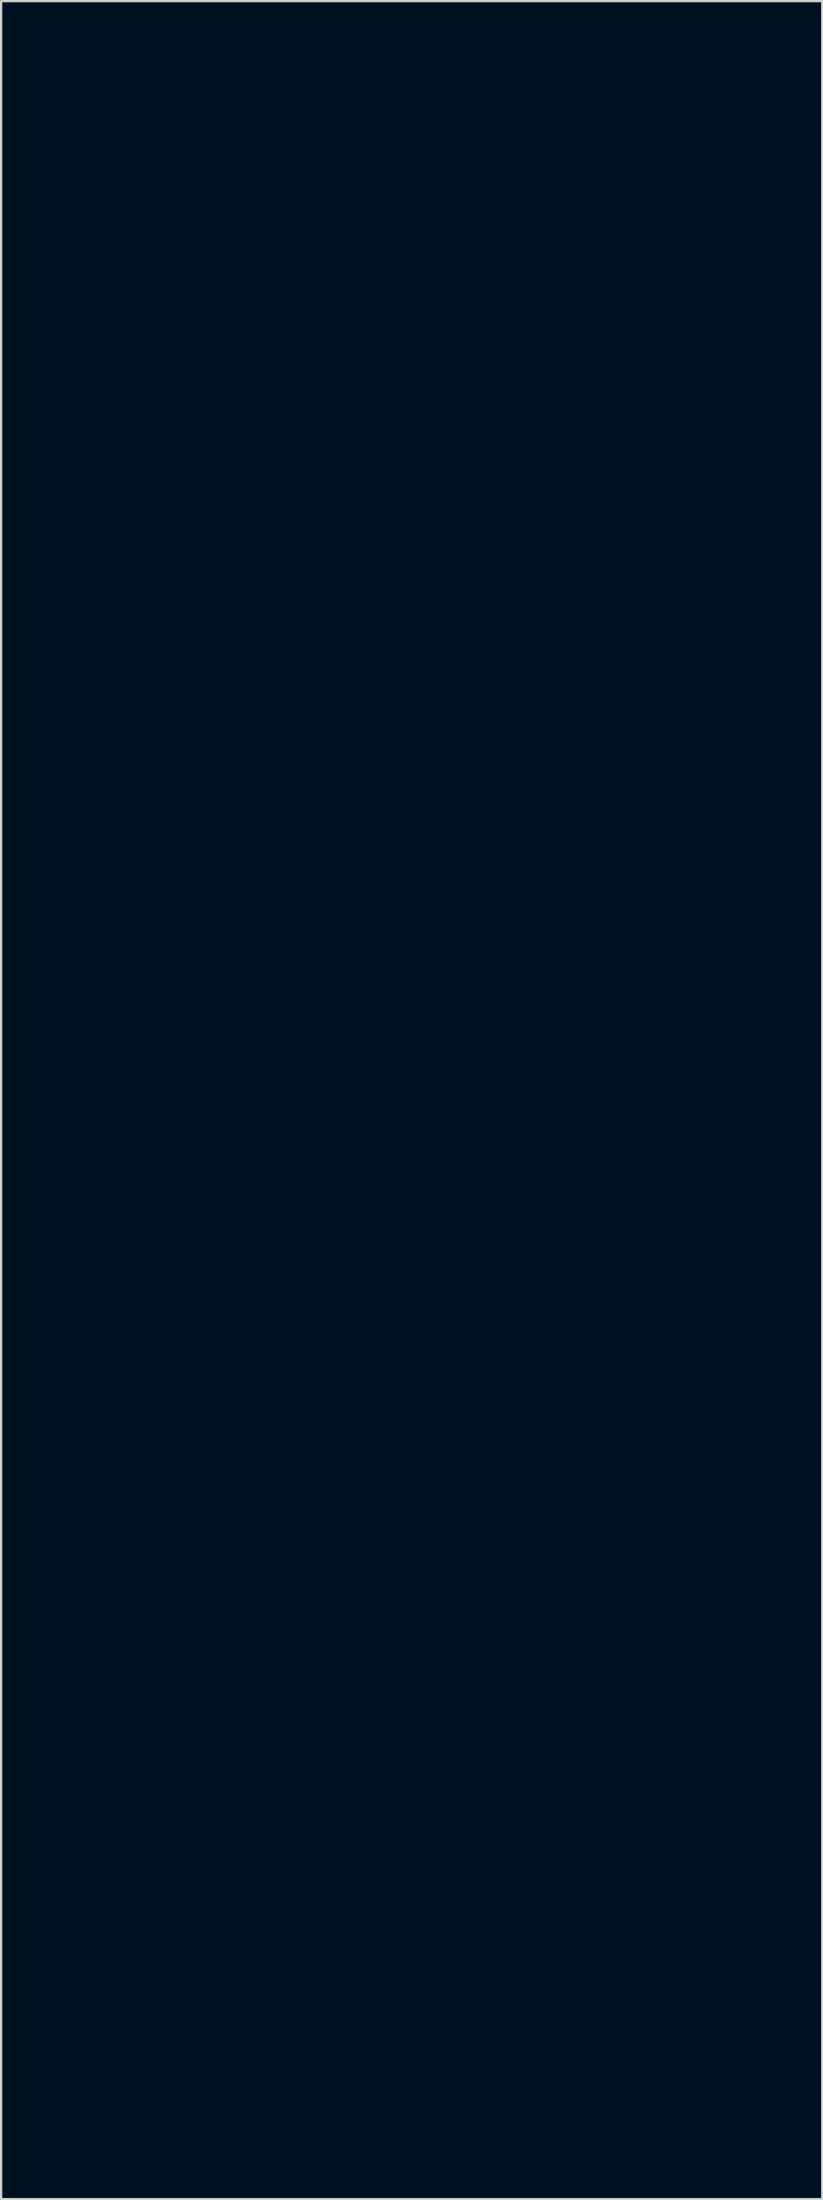
<source format=kicad_pcb>
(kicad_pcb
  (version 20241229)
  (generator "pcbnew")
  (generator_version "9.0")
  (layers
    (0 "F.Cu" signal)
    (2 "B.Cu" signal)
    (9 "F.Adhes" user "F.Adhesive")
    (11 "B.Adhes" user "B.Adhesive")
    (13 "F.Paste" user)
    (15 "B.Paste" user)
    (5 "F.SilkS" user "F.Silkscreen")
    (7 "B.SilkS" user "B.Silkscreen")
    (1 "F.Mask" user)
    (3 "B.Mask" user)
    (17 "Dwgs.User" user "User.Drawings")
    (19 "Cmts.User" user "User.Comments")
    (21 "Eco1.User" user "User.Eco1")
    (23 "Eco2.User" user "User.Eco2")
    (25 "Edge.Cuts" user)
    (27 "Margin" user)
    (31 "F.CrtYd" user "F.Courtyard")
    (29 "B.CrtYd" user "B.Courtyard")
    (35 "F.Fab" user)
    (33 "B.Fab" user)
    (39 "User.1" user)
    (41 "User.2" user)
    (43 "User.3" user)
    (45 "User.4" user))
  (footprint "WaftFrontPanelSolderMask"
    (layer "F.Cu")
    (at 15.284 56.908)
    (property "Reference" "WaftFrontPanelSolderMask" (at 0 0 0) (layer "F.Mask") (effects (font (size 1.524 1.524) (thickness 0.3))))
    (attr through_hole)
    (fp_poly (pts (xy 6.718 31.423) (xy 6.788 31.561) (xy 6.649 31.678) (xy 6.51 31.795) (xy 6.435 31.673) (xy 6.386 31.587) (xy 6.361 31.527) (xy 6.36 31.519) (xy 6.388 31.481) (xy 6.457 31.42) (xy 6.504 31.385) (xy 6.647 31.284) (xy 6.718 31.423)) (stroke (width 0.01) (type solid)) (fill yes) (layer "F.Mask"))
    (fp_poly (pts (xy -2.459 -55.648) (xy -2.414 -55.546) (xy -2.408 -55.481) (xy -2.447 -55.426) (xy -2.525 -55.363) (xy -2.652 -55.266) (xy -2.725 -55.386) (xy -2.772 -55.469) (xy -2.797 -55.524) (xy -2.798 -55.53) (xy -2.772 -55.565) (xy -2.706 -55.626) (xy -2.659 -55.665) (xy -2.519 -55.775) (xy -2.459 -55.648)) (stroke (width 0.01) (type solid)) (fill yes) (layer "F.Mask"))
    (fp_poly (pts (xy -6.711 7.043) (xy -6.671 7.115) (xy -6.638 7.2) (xy -6.624 7.268) (xy -6.626 7.284) (xy -6.666 7.335) (xy -6.741 7.4) (xy -6.755 7.41) (xy -6.866 7.49) (xy -6.94 7.369) (xy -6.987 7.287) (xy -7.012 7.232) (xy -7.013 7.226) (xy -6.987 7.193) (xy -6.924 7.138) (xy -6.847 7.077) (xy -6.779 7.029) (xy -6.744 7.013) (xy -6.711 7.043)) (stroke (width 0.01) (type solid)) (fill yes) (layer "F.Mask"))
    (fp_poly (pts (xy 10.202 10.873) (xy 10.35 10.889) (xy 10.507 10.913) (xy 10.565 10.923) (xy 10.586 10.934) (xy 10.585 10.96) (xy 10.555 11.006) (xy 10.491 11.08) (xy 10.389 11.186) (xy 10.242 11.332) (xy 10.12 11.452) (xy 9.96 11.61) (xy 9.819 11.753) (xy 9.706 11.872) (xy 9.629 11.96) (xy 9.594 12.007) (xy 9.593 12.011) (xy 9.619 12.063) (xy 9.683 12.132) (xy 9.702 12.149) (xy 9.772 12.213) (xy 9.809 12.256) (xy 9.811 12.262) (xy 9.794 12.281) (xy 9.739 12.266) (xy 9.641 12.216) (xy 9.495 12.126) (xy 9.339 12.023) (xy 9.18 11.913) (xy 9.084 11.837) (xy 9.052 11.796) (xy 9.083 11.79) (xy 9.177 11.819) (xy 9.253 11.849) (xy 9.367 11.895) (xy 9.825 11.462) (xy 9.975 11.319) (xy 10.104 11.194) (xy 10.204 11.094) (xy 10.266 11.029) (xy 10.284 11.006) (xy 10.252 10.986) (xy 10.172 10.961) (xy 10.132 10.952) (xy 10.036 10.924) (xy 9.976 10.892) (xy 9.968 10.882) (xy 9.995 10.869) (xy 10.078 10.866) (xy 10.202 10.873)) (stroke (width 0.01) (type solid)) (fill yes) (layer "F.Mask"))
    (fp_poly (pts (xy 6.473 -50.241) (xy 6.568 -50.199) (xy 6.655 -50.096) (xy 6.701 -49.944) (xy 6.704 -49.756) (xy 6.692 -49.673) (xy 6.607 -49.345) (xy 6.484 -49.078) (xy 6.326 -48.874) (xy 6.157 -48.731) (xy 5.968 -48.616) (xy 5.776 -48.533) (xy 5.596 -48.491) (xy 5.442 -48.493) (xy 5.389 -48.509) (xy 5.291 -48.574) (xy 5.23 -48.673) (xy 5.203 -48.819) (xy 5.203 -49.011) (xy 5.216 -49.09) (xy 5.523 -49.09) (xy 5.543 -48.903) (xy 5.604 -48.776) (xy 5.706 -48.707) (xy 5.804 -48.692) (xy 5.898 -48.705) (xy 5.981 -48.751) (xy 6.071 -48.836) (xy 6.189 -48.994) (xy 6.281 -49.183) (xy 6.344 -49.387) (xy 6.374 -49.589) (xy 6.368 -49.772) (xy 6.322 -49.919) (xy 6.301 -49.952) (xy 6.203 -50.04) (xy 6.092 -50.064) (xy 5.976 -50.032) (xy 5.861 -49.952) (xy 5.753 -49.83) (xy 5.659 -49.673) (xy 5.585 -49.488) (xy 5.538 -49.284) (xy 5.523 -49.09) (xy 5.216 -49.09) (xy 5.254 -49.329) (xy 5.366 -49.607) (xy 5.539 -49.847) (xy 5.773 -50.046) (xy 5.936 -50.144) (xy 6.129 -50.222) (xy 6.313 -50.255) (xy 6.473 -50.241)) (stroke (width 0.01) (type solid)) (fill yes) (layer "F.Mask"))
    (fp_poly (pts (xy 8.034 9.898) (xy 8.117 9.949) (xy 8.169 10.045) (xy 8.198 10.197) (xy 8.207 10.318) (xy 8.198 10.604) (xy 8.15 10.865) (xy 8.065 11.093) (xy 7.95 11.279) (xy 7.809 11.417) (xy 7.646 11.498) (xy 7.507 11.516) (xy 7.402 11.51) (xy 7.324 11.498) (xy 7.312 11.495) (xy 7.242 11.43) (xy 7.191 11.305) (xy 7.163 11.133) (xy 7.159 11.028) (xy 7.402 11.028) (xy 7.418 11.192) (xy 7.455 11.306) (xy 7.46 11.313) (xy 7.545 11.393) (xy 7.644 11.405) (xy 7.742 11.349) (xy 7.774 11.314) (xy 7.852 11.179) (xy 7.913 11.004) (xy 7.955 10.806) (xy 7.978 10.599) (xy 7.98 10.401) (xy 7.959 10.228) (xy 7.916 10.094) (xy 7.867 10.029) (xy 7.782 10.001) (xy 7.683 10.026) (xy 7.595 10.098) (xy 7.58 10.119) (xy 7.516 10.253) (xy 7.465 10.429) (xy 7.427 10.629) (xy 7.406 10.835) (xy 7.402 11.028) (xy 7.159 11.028) (xy 7.159 11.016) (xy 7.182 10.735) (xy 7.247 10.481) (xy 7.349 10.261) (xy 7.482 10.085) (xy 7.641 9.959) (xy 7.821 9.892) (xy 7.914 9.884) (xy 8.034 9.898)) (stroke (width 0.01) (type solid)) (fill yes) (layer "F.Mask"))
    (fp_poly (pts (xy 3.177 15.53) (xy 3.273 15.547) (xy 3.413 15.575) (xy 3.584 15.612) (xy 3.632 15.623) (xy 3.9 15.684) (xy 4.109 15.726) (xy 4.27 15.752) (xy 4.395 15.761) (xy 4.496 15.755) (xy 4.583 15.735) (xy 4.66 15.706) (xy 4.827 15.632) (xy 4.912 15.722) (xy 4.966 15.785) (xy 4.973 15.822) (xy 4.935 15.858) (xy 4.926 15.864) (xy 4.853 15.902) (xy 4.758 15.921) (xy 4.631 15.92) (xy 4.463 15.897) (xy 4.245 15.854) (xy 3.968 15.788) (xy 3.948 15.783) (xy 3.764 15.736) (xy 3.602 15.694) (xy 3.478 15.661) (xy 3.405 15.641) (xy 3.395 15.637) (xy 3.387 15.659) (xy 3.409 15.735) (xy 3.459 15.857) (xy 3.507 15.962) (xy 3.574 16.106) (xy 3.628 16.225) (xy 3.662 16.305) (xy 3.67 16.329) (xy 3.637 16.341) (xy 3.552 16.349) (xy 3.461 16.351) (xy 3.347 16.348) (xy 3.295 16.339) (xy 3.294 16.321) (xy 3.316 16.301) (xy 3.358 16.258) (xy 3.374 16.202) (xy 3.362 16.12) (xy 3.32 15.999) (xy 3.251 15.835) (xy 3.195 15.703) (xy 3.155 15.599) (xy 3.137 15.537) (xy 3.138 15.528) (xy 3.177 15.53)) (stroke (width 0.01) (type solid)) (fill yes) (layer "F.Mask"))
    (fp_poly (pts (xy 3.764 -50.236) (xy 3.886 -50.166) (xy 3.964 -50.044) (xy 3.983 -49.974) (xy 3.99 -49.793) (xy 3.956 -49.579) (xy 3.89 -49.354) (xy 3.797 -49.138) (xy 3.686 -48.955) (xy 3.623 -48.88) (xy 3.465 -48.743) (xy 3.283 -48.631) (xy 3.095 -48.548) (xy 2.913 -48.501) (xy 2.755 -48.495) (xy 2.649 -48.527) (xy 2.546 -48.621) (xy 2.489 -48.764) (xy 2.476 -48.962) (xy 2.48 -49.03) (xy 2.499 -49.131) (xy 2.803 -49.131) (xy 2.806 -49.033) (xy 2.837 -48.864) (xy 2.901 -48.755) (xy 3.003 -48.701) (xy 3.087 -48.692) (xy 3.196 -48.709) (xy 3.291 -48.769) (xy 3.334 -48.811) (xy 3.453 -48.963) (xy 3.546 -49.141) (xy 3.613 -49.332) (xy 3.651 -49.523) (xy 3.66 -49.703) (xy 3.637 -49.859) (xy 3.583 -49.979) (xy 3.495 -50.05) (xy 3.469 -50.059) (xy 3.337 -50.057) (xy 3.206 -49.993) (xy 3.083 -49.879) (xy 2.973 -49.725) (xy 2.886 -49.542) (xy 2.827 -49.34) (xy 2.803 -49.131) (xy 2.499 -49.131) (xy 2.538 -49.348) (xy 2.656 -49.624) (xy 2.832 -49.858) (xy 3.069 -50.05) (xy 3.192 -50.122) (xy 3.411 -50.215) (xy 3.604 -50.253) (xy 3.764 -50.236)) (stroke (width 0.01) (type solid)) (fill yes) (layer "F.Mask"))
    (fp_poly (pts (xy -2.638 -54.901) (xy -2.625 -54.879) (xy -2.622 -54.831) (xy -2.633 -54.75) (xy -2.658 -54.626) (xy -2.697 -54.45) (xy -2.753 -54.214) (xy -2.764 -54.169) (xy -2.811 -53.965) (xy -2.85 -53.784) (xy -2.878 -53.638) (xy -2.892 -53.54) (xy -2.893 -53.504) (xy -2.855 -53.462) (xy -2.783 -53.461) (xy -2.667 -53.502) (xy -2.58 -53.543) (xy -2.464 -53.601) (xy -2.399 -53.627) (xy -2.37 -53.626) (xy -2.362 -53.599) (xy -2.362 -53.588) (xy -2.391 -53.552) (xy -2.47 -53.488) (xy -2.586 -53.406) (xy -2.697 -53.334) (xy -2.889 -53.221) (xy -3.031 -53.153) (xy -3.132 -53.127) (xy -3.197 -53.14) (xy -3.21 -53.15) (xy -3.232 -53.22) (xy -3.226 -53.357) (xy -3.191 -53.56) (xy -3.127 -53.83) (xy -3.107 -53.907) (xy -3.044 -54.147) (xy -3.004 -54.325) (xy -2.987 -54.446) (xy -2.995 -54.517) (xy -3.029 -54.545) (xy -3.09 -54.537) (xy -3.179 -54.498) (xy -3.203 -54.486) (xy -3.293 -54.45) (xy -3.336 -54.456) (xy -3.324 -54.501) (xy -3.305 -54.527) (xy -3.25 -54.573) (xy -3.153 -54.64) (xy -3.032 -54.716) (xy -2.903 -54.791) (xy -2.786 -54.855) (xy -2.698 -54.896) (xy -2.662 -54.906) (xy -2.638 -54.901)) (stroke (width 0.01) (type solid)) (fill yes) (layer "F.Mask"))
    (fp_poly (pts (xy 7.158 7.795) (xy 7.231 7.859) (xy 7.262 7.91) (xy 7.3 8.02) (xy 7.276 8.103) (xy 7.189 8.174) (xy 7.074 8.244) (xy 7.016 8.128) (xy 6.945 8.034) (xy 6.863 8.004) (xy 6.775 8.032) (xy 6.687 8.112) (xy 6.605 8.236) (xy 6.533 8.399) (xy 6.477 8.594) (xy 6.443 8.815) (xy 6.434 9.005) (xy 6.451 9.14) (xy 6.497 9.233) (xy 6.558 9.287) (xy 6.637 9.319) (xy 6.732 9.315) (xy 6.855 9.272) (xy 7.018 9.188) (xy 7.103 9.138) (xy 7.223 9.066) (xy 7.294 9.028) (xy 7.328 9.019) (xy 7.339 9.035) (xy 7.34 9.064) (xy 7.308 9.123) (xy 7.223 9.198) (xy 7.098 9.282) (xy 6.949 9.366) (xy 6.79 9.444) (xy 6.636 9.507) (xy 6.502 9.547) (xy 6.421 9.557) (xy 6.288 9.533) (xy 6.189 9.463) (xy 6.143 9.412) (xy 6.116 9.361) (xy 6.106 9.291) (xy 6.108 9.181) (xy 6.115 9.072) (xy 6.152 8.795) (xy 6.221 8.538) (xy 6.316 8.322) (xy 6.38 8.224) (xy 6.465 8.134) (xy 6.585 8.034) (xy 6.721 7.937) (xy 6.857 7.854) (xy 6.973 7.796) (xy 7.049 7.777) (xy 7.158 7.795)) (stroke (width 0.01) (type solid)) (fill yes) (layer "F.Mask"))
    (fp_poly (pts (xy -6.85 7.867) (xy -6.838 7.898) (xy -6.839 7.96) (xy -6.855 8.061) (xy -6.886 8.211) (xy -6.933 8.417) (xy -6.979 8.614) (xy -7.038 8.869) (xy -7.077 9.06) (xy -7.095 9.193) (xy -7.089 9.276) (xy -7.059 9.314) (xy -7.001 9.313) (xy -6.915 9.282) (xy -6.811 9.231) (xy -6.69 9.17) (xy -6.62 9.136) (xy -6.587 9.128) (xy -6.577 9.14) (xy -6.577 9.169) (xy -6.606 9.208) (xy -6.684 9.273) (xy -6.796 9.353) (xy -6.926 9.438) (xy -7.06 9.518) (xy -7.183 9.584) (xy -7.24 9.61) (xy -7.336 9.64) (xy -7.394 9.632) (xy -7.407 9.62) (xy -7.436 9.571) (xy -7.446 9.493) (xy -7.436 9.377) (xy -7.405 9.214) (xy -7.353 8.995) (xy -7.322 8.876) (xy -7.262 8.64) (xy -7.222 8.466) (xy -7.202 8.345) (xy -7.2 8.268) (xy -7.217 8.227) (xy -7.252 8.214) (xy -7.258 8.213) (xy -7.337 8.236) (xy -7.393 8.268) (xy -7.474 8.316) (xy -7.515 8.305) (xy -7.522 8.269) (xy -7.493 8.23) (xy -7.416 8.166) (xy -7.308 8.089) (xy -7.185 8.009) (xy -7.063 7.938) (xy -6.959 7.886) (xy -6.913 7.868) (xy -6.876 7.86) (xy -6.85 7.867)) (stroke (width 0.01) (type solid)) (fill yes) (layer "F.Mask"))
    (fp_poly (pts (xy -2.92 -50.231) (xy -2.8 -50.152) (xy -2.723 -50.021) (xy -2.707 -49.958) (xy -2.704 -49.83) (xy -2.728 -49.659) (xy -2.774 -49.466) (xy -2.837 -49.273) (xy -2.891 -49.145) (xy -3.024 -48.938) (xy -3.215 -48.759) (xy -3.467 -48.605) (xy -3.665 -48.524) (xy -3.846 -48.488) (xy -3.993 -48.499) (xy -4.022 -48.509) (xy -4.119 -48.573) (xy -4.18 -48.672) (xy -4.208 -48.817) (xy -4.209 -49.01) (xy -4.188 -49.155) (xy -3.893 -49.155) (xy -3.889 -48.977) (xy -3.851 -48.831) (xy -3.777 -48.73) (xy -3.765 -48.72) (xy -3.703 -48.702) (xy -3.607 -48.693) (xy -3.601 -48.693) (xy -3.508 -48.707) (xy -3.421 -48.759) (xy -3.344 -48.833) (xy -3.226 -48.99) (xy -3.133 -49.179) (xy -3.07 -49.382) (xy -3.039 -49.584) (xy -3.043 -49.766) (xy -3.087 -49.913) (xy -3.112 -49.952) (xy -3.182 -50.024) (xy -3.267 -50.049) (xy -3.329 -50.05) (xy -3.424 -50.037) (xy -3.503 -49.994) (xy -3.592 -49.906) (xy -3.604 -49.893) (xy -3.718 -49.733) (xy -3.805 -49.547) (xy -3.864 -49.35) (xy -3.893 -49.155) (xy -4.188 -49.155) (xy -4.162 -49.325) (xy -4.052 -49.603) (xy -3.88 -49.842) (xy -3.648 -50.042) (xy -3.48 -50.142) (xy -3.267 -50.228) (xy -3.078 -50.257) (xy -2.92 -50.231)) (stroke (width 0.01) (type solid)) (fill yes) (layer "F.Mask"))
    (fp_poly (pts (xy -1.025 -54.883) (xy -0.9 -54.824) (xy -0.812 -54.744) (xy -0.801 -54.726) (xy -0.766 -54.6) (xy -0.765 -54.426) (xy -0.796 -54.223) (xy -0.855 -54.006) (xy -0.94 -53.791) (xy -0.966 -53.738) (xy -1.073 -53.58) (xy -1.22 -53.436) (xy -1.394 -53.311) (xy -1.581 -53.213) (xy -1.768 -53.149) (xy -1.939 -53.125) (xy -2.083 -53.148) (xy -2.117 -53.165) (xy -2.212 -53.26) (xy -2.267 -53.402) (xy -2.284 -53.578) (xy -2.267 -53.755) (xy -1.943 -53.755) (xy -1.94 -53.613) (xy -1.927 -53.52) (xy -1.898 -53.454) (xy -1.853 -53.398) (xy -1.775 -53.332) (xy -1.692 -53.315) (xy -1.639 -53.321) (xy -1.524 -53.36) (xy -1.429 -53.423) (xy -1.322 -53.555) (xy -1.23 -53.726) (xy -1.158 -53.921) (xy -1.111 -54.12) (xy -1.091 -54.308) (xy -1.104 -54.467) (xy -1.142 -54.562) (xy -1.238 -54.66) (xy -1.348 -54.696) (xy -1.465 -54.675) (xy -1.582 -54.606) (xy -1.694 -54.493) (xy -1.792 -54.345) (xy -1.871 -54.168) (xy -1.924 -53.968) (xy -1.943 -53.755) (xy -2.267 -53.755) (xy -2.265 -53.777) (xy -2.212 -53.985) (xy -2.128 -54.192) (xy -2.015 -54.383) (xy -1.883 -54.538) (xy -1.776 -54.624) (xy -1.634 -54.713) (xy -1.477 -54.796) (xy -1.327 -54.862) (xy -1.203 -54.901) (xy -1.156 -54.906) (xy -1.025 -54.883)) (stroke (width 0.01) (type solid)) (fill yes) (layer "F.Mask"))
    (fp_poly (pts (xy -11.231 19.381) (xy -11.1 19.479) (xy -11.029 19.596) (xy -10.969 19.745) (xy -11.108 19.864) (xy -11.191 19.933) (xy -11.25 19.976) (xy -11.266 19.984) (xy -11.286 19.954) (xy -11.315 19.874) (xy -11.329 19.823) (xy -11.396 19.672) (xy -11.504 19.578) (xy -11.658 19.538) (xy -11.739 19.537) (xy -11.952 19.578) (xy -12.164 19.686) (xy -12.366 19.853) (xy -12.551 20.073) (xy -12.692 20.302) (xy -12.833 20.622) (xy -12.912 20.936) (xy -12.936 21.256) (xy -12.911 21.505) (xy -12.841 21.699) (xy -12.727 21.837) (xy -12.571 21.917) (xy -12.376 21.939) (xy -12.143 21.903) (xy -11.875 21.806) (xy -11.764 21.753) (xy -11.611 21.68) (xy -11.504 21.639) (xy -11.451 21.632) (xy -11.446 21.64) (xy -11.478 21.688) (xy -11.562 21.757) (xy -11.687 21.836) (xy -11.837 21.918) (xy -12 21.994) (xy -12.032 22.007) (xy -12.215 22.066) (xy -12.419 22.104) (xy -12.622 22.122) (xy -12.803 22.117) (xy -12.94 22.087) (xy -12.954 22.081) (xy -13.113 21.97) (xy -13.223 21.807) (xy -13.283 21.597) (xy -13.292 21.342) (xy -13.25 21.046) (xy -13.228 20.952) (xy -13.106 20.596) (xy -12.928 20.276) (xy -12.688 19.979) (xy -12.4 19.71) (xy -12.108 19.513) (xy -11.858 19.402) (xy -11.616 19.342) (xy -11.405 19.335) (xy -11.231 19.381)) (stroke (width 0.01) (type solid)) (fill yes) (layer "F.Mask"))
    (fp_poly (pts (xy -10.513 -4.849) (xy -10.384 -4.763) (xy -10.299 -4.629) (xy -10.286 -4.588) (xy -10.271 -4.516) (xy -10.284 -4.462) (xy -10.336 -4.403) (xy -10.404 -4.345) (xy -10.555 -4.22) (xy -10.601 -4.379) (xy -10.678 -4.541) (xy -10.796 -4.644) (xy -10.953 -4.686) (xy -10.988 -4.687) (xy -11.202 -4.652) (xy -11.412 -4.553) (xy -11.61 -4.398) (xy -11.791 -4.198) (xy -11.948 -3.96) (xy -12.074 -3.693) (xy -12.163 -3.406) (xy -12.21 -3.108) (xy -12.215 -2.998) (xy -12.197 -2.746) (xy -12.134 -2.55) (xy -12.026 -2.411) (xy -11.873 -2.326) (xy -11.724 -2.297) (xy -11.463 -2.311) (xy -11.186 -2.391) (xy -10.929 -2.521) (xy -10.805 -2.587) (xy -10.735 -2.608) (xy -10.718 -2.59) (xy -10.755 -2.539) (xy -10.847 -2.462) (xy -10.915 -2.415) (xy -11.129 -2.295) (xy -11.366 -2.198) (xy -11.61 -2.13) (xy -11.842 -2.093) (xy -12.043 -2.094) (xy -12.137 -2.112) (xy -12.284 -2.185) (xy -12.417 -2.302) (xy -12.512 -2.441) (xy -12.537 -2.506) (xy -12.568 -2.723) (xy -12.558 -2.979) (xy -12.509 -3.253) (xy -12.425 -3.527) (xy -12.31 -3.783) (xy -12.299 -3.802) (xy -12.206 -3.949) (xy -12.086 -4.111) (xy -11.969 -4.25) (xy -11.756 -4.453) (xy -11.531 -4.62) (xy -11.303 -4.749) (xy -11.08 -4.837) (xy -10.868 -4.885) (xy -10.677 -4.889) (xy -10.513 -4.849)) (stroke (width 0.01) (type solid)) (fill yes) (layer "F.Mask"))
    (fp_poly (pts (xy 5.533 -51.397) (xy 5.633 -51.375) (xy 5.551 -51.27) (xy 5.473 -51.194) (xy 5.381 -51.169) (xy 5.342 -51.169) (xy 5.207 -51.17) (xy 5.123 -51.155) (xy 5.07 -51.113) (xy 5.026 -51.033) (xy 5.015 -51.009) (xy 4.985 -50.923) (xy 4.941 -50.779) (xy 4.889 -50.59) (xy 4.83 -50.369) (xy 4.768 -50.129) (xy 4.706 -49.882) (xy 4.648 -49.642) (xy 4.597 -49.422) (xy 4.556 -49.234) (xy 4.528 -49.091) (xy 4.519 -49.029) (xy 4.512 -48.903) (xy 4.535 -48.831) (xy 4.593 -48.814) (xy 4.693 -48.847) (xy 4.836 -48.925) (xy 4.96 -48.998) (xy 5.035 -49.038) (xy 5.072 -49.05) (xy 5.085 -49.037) (xy 5.086 -49.01) (xy 5.057 -48.973) (xy 4.98 -48.907) (xy 4.87 -48.823) (xy 4.74 -48.731) (xy 4.606 -48.64) (xy 4.481 -48.561) (xy 4.38 -48.502) (xy 4.317 -48.475) (xy 4.31 -48.474) (xy 4.249 -48.503) (xy 4.216 -48.545) (xy 4.194 -48.601) (xy 4.184 -48.672) (xy 4.186 -48.768) (xy 4.203 -48.898) (xy 4.235 -49.073) (xy 4.284 -49.301) (xy 4.326 -49.486) (xy 4.41 -49.849) (xy 4.481 -50.149) (xy 4.544 -50.393) (xy 4.6 -50.59) (xy 4.654 -50.746) (xy 4.707 -50.869) (xy 4.764 -50.967) (xy 4.826 -51.048) (xy 4.898 -51.12) (xy 4.982 -51.189) (xy 5.011 -51.212) (xy 5.213 -51.34) (xy 5.393 -51.4) (xy 5.533 -51.397)) (stroke (width 0.01) (type solid)) (fill yes) (layer "F.Mask"))
    (fp_poly (pts (xy -5.534 19.361) (xy -5.349 19.449) (xy -5.208 19.591) (xy -5.112 19.784) (xy -5.064 20.025) (xy -5.065 20.311) (xy -5.083 20.457) (xy -5.17 20.802) (xy -5.316 21.108) (xy -5.516 21.372) (xy -5.766 21.588) (xy -6.061 21.749) (xy -6.217 21.806) (xy -6.444 21.857) (xy -6.669 21.872) (xy -6.871 21.852) (xy -7.019 21.802) (xy -7.181 21.679) (xy -7.293 21.505) (xy -7.356 21.281) (xy -7.368 21.047) (xy -7.006 21.047) (xy -6.981 21.244) (xy -6.925 21.399) (xy -6.834 21.527) (xy -6.8 21.562) (xy -6.655 21.669) (xy -6.499 21.716) (xy -6.316 21.707) (xy -6.191 21.676) (xy -5.969 21.573) (xy -5.78 21.41) (xy -5.626 21.193) (xy -5.512 20.927) (xy -5.44 20.62) (xy -5.415 20.277) (xy -5.415 20.274) (xy -5.44 20.015) (xy -5.512 19.803) (xy -5.626 19.643) (xy -5.776 19.539) (xy -5.955 19.495) (xy -6.159 19.514) (xy -6.382 19.6) (xy -6.395 19.607) (xy -6.615 19.767) (xy -6.787 19.981) (xy -6.91 20.248) (xy -6.984 20.567) (xy -7.005 20.796) (xy -7.006 21.047) (xy -7.368 21.047) (xy -7.371 21.003) (xy -7.365 20.896) (xy -7.319 20.605) (xy -7.233 20.321) (xy -7.114 20.075) (xy -7.103 20.058) (xy -6.933 19.848) (xy -6.708 19.661) (xy -6.448 19.508) (xy -6.168 19.397) (xy -5.887 19.339) (xy -5.761 19.332) (xy -5.534 19.361)) (stroke (width 0.01) (type solid)) (fill yes) (layer "F.Mask"))
    (fp_poly (pts (xy 8.255 17.483) (xy 8.309 17.502) (xy 8.308 17.541) (xy 8.275 17.59) (xy 8.215 17.627) (xy 8.104 17.643) (xy 8.024 17.644) (xy 7.834 17.665) (xy 7.695 17.734) (xy 7.599 17.856) (xy 7.566 17.939) (xy 7.541 18.101) (xy 7.583 18.234) (xy 7.687 18.337) (xy 7.763 18.375) (xy 7.843 18.38) (xy 7.934 18.36) (xy 8.028 18.337) (xy 8.087 18.328) (xy 8.094 18.33) (xy 8.09 18.366) (xy 8.068 18.454) (xy 8.034 18.572) (xy 7.989 18.722) (xy 7.947 18.87) (xy 7.923 18.959) (xy 7.895 19.052) (xy 7.861 19.098) (xy 7.795 19.112) (xy 7.711 19.114) (xy 7.477 19.136) (xy 7.294 19.204) (xy 7.189 19.283) (xy 7.12 19.341) (xy 7.089 19.343) (xy 7.086 19.325) (xy 7.113 19.254) (xy 7.183 19.162) (xy 7.277 19.066) (xy 7.377 18.986) (xy 7.463 18.938) (xy 7.493 18.932) (xy 7.658 18.922) (xy 7.769 18.884) (xy 7.842 18.806) (xy 7.893 18.676) (xy 7.905 18.631) (xy 7.911 18.584) (xy 7.89 18.562) (xy 7.823 18.558) (xy 7.742 18.563) (xy 7.625 18.565) (xy 7.548 18.545) (xy 7.476 18.492) (xy 7.45 18.466) (xy 7.358 18.329) (xy 7.334 18.174) (xy 7.375 18.007) (xy 7.482 17.836) (xy 7.582 17.728) (xy 7.753 17.589) (xy 7.918 17.509) (xy 8.097 17.479) (xy 8.138 17.478) (xy 8.255 17.483)) (stroke (width 0.01) (type solid)) (fill yes) (layer "F.Mask"))
    (fp_poly (pts (xy 11.35 32.179) (xy 11.427 32.243) (xy 11.458 32.359) (xy 11.459 32.417) (xy 11.44 32.531) (xy 11.385 32.643) (xy 11.285 32.76) (xy 11.135 32.891) (xy 10.927 33.045) (xy 10.915 33.053) (xy 10.568 33.295) (xy 10.592 33.426) (xy 10.644 33.578) (xy 10.73 33.665) (xy 10.851 33.689) (xy 11.006 33.649) (xy 11.194 33.546) (xy 11.301 33.471) (xy 11.421 33.389) (xy 11.493 33.358) (xy 11.515 33.373) (xy 11.485 33.429) (xy 11.403 33.521) (xy 11.336 33.584) (xy 11.086 33.773) (xy 10.842 33.89) (xy 10.664 33.931) (xy 10.554 33.935) (xy 10.479 33.91) (xy 10.398 33.842) (xy 10.394 33.838) (xy 10.333 33.77) (xy 10.3 33.703) (xy 10.286 33.613) (xy 10.284 33.49) (xy 10.302 33.268) (xy 10.35 33.046) (xy 10.61 33.046) (xy 10.625 33.081) (xy 10.682 33.062) (xy 10.789 32.992) (xy 10.875 32.93) (xy 11.037 32.787) (xy 11.128 32.639) (xy 11.149 32.483) (xy 11.149 32.474) (xy 11.129 32.39) (xy 11.079 32.354) (xy 11.041 32.347) (xy 10.944 32.372) (xy 10.847 32.463) (xy 10.755 32.617) (xy 10.683 32.795) (xy 10.631 32.952) (xy 10.61 33.046) (xy 10.35 33.046) (xy 10.353 33.035) (xy 10.428 32.813) (xy 10.521 32.625) (xy 10.597 32.522) (xy 10.763 32.366) (xy 10.938 32.247) (xy 11.107 32.176) (xy 11.218 32.159) (xy 11.35 32.179)) (stroke (width 0.01) (type solid)) (fill yes) (layer "F.Mask"))
    (fp_poly (pts (xy -5.349 -4.832) (xy -5.221 -4.828) (xy -5.146 -4.82) (xy -5.115 -4.807) (xy -5.117 -4.787) (xy -5.121 -4.781) (xy -5.183 -4.742) (xy -5.282 -4.71) (xy -5.306 -4.706) (xy -5.389 -4.686) (xy -5.44 -4.652) (xy -5.475 -4.581) (xy -5.502 -4.494) (xy -5.546 -4.336) (xy -5.597 -4.142) (xy -5.654 -3.923) (xy -5.713 -3.689) (xy -5.772 -3.451) (xy -5.828 -3.22) (xy -5.878 -3.006) (xy -5.921 -2.82) (xy -5.953 -2.673) (xy -5.971 -2.576) (xy -5.975 -2.539) (xy -5.93 -2.52) (xy -5.838 -2.509) (xy -5.789 -2.507) (xy -5.691 -2.504) (xy -5.652 -2.491) (xy -5.661 -2.463) (xy -5.669 -2.453) (xy -5.701 -2.43) (xy -5.763 -2.415) (xy -5.864 -2.405) (xy -6.016 -2.4) (xy -6.226 -2.398) (xy -6.427 -2.399) (xy -6.565 -2.402) (xy -6.647 -2.408) (xy -6.684 -2.418) (xy -6.684 -2.434) (xy -6.665 -2.45) (xy -6.576 -2.49) (xy -6.467 -2.514) (xy -6.343 -2.525) (xy -6.1 -3.47) (xy -6.034 -3.729) (xy -5.972 -3.971) (xy -5.919 -4.185) (xy -5.876 -4.361) (xy -5.846 -4.488) (xy -5.832 -4.551) (xy -5.82 -4.64) (xy -5.835 -4.679) (xy -5.89 -4.689) (xy -5.911 -4.69) (xy -6.015 -4.702) (xy -6.086 -4.721) (xy -6.135 -4.744) (xy -6.122 -4.766) (xy -6.079 -4.791) (xy -6.006 -4.809) (xy -5.872 -4.823) (xy -5.689 -4.831) (xy -5.539 -4.833) (xy -5.349 -4.832)) (stroke (width 0.01) (type solid)) (fill yes) (layer "F.Mask"))
    (fp_poly (pts (xy 11.372 7.791) (xy 11.462 7.848) (xy 11.512 7.956) (xy 11.519 8.033) (xy 11.499 8.156) (xy 11.435 8.281) (xy 11.321 8.414) (xy 11.154 8.561) (xy 10.927 8.727) (xy 10.801 8.811) (xy 10.693 8.897) (xy 10.649 8.975) (xy 10.647 8.996) (xy 10.672 9.142) (xy 10.74 9.257) (xy 10.809 9.308) (xy 10.925 9.323) (xy 11.075 9.282) (xy 11.251 9.187) (xy 11.392 9.085) (xy 11.504 9.006) (xy 11.568 8.977) (xy 11.586 8.995) (xy 11.553 9.053) (xy 11.471 9.146) (xy 11.418 9.196) (xy 11.215 9.359) (xy 11.013 9.474) (xy 10.822 9.541) (xy 10.652 9.555) (xy 10.51 9.516) (xy 10.445 9.468) (xy 10.382 9.376) (xy 10.351 9.279) (xy 10.351 9.277) (xy 10.359 8.979) (xy 10.41 8.692) (xy 10.422 8.656) (xy 10.687 8.656) (xy 10.693 8.713) (xy 10.707 8.721) (xy 10.746 8.701) (xy 10.825 8.647) (xy 10.925 8.575) (xy 11.035 8.482) (xy 11.127 8.387) (xy 11.173 8.322) (xy 11.223 8.184) (xy 11.224 8.071) (xy 11.187 7.993) (xy 11.121 7.959) (xy 11.035 7.978) (xy 10.939 8.058) (xy 10.92 8.081) (xy 10.856 8.182) (xy 10.796 8.305) (xy 10.744 8.436) (xy 10.706 8.558) (xy 10.687 8.656) (xy 10.422 8.656) (xy 10.499 8.429) (xy 10.621 8.207) (xy 10.749 8.059) (xy 10.929 7.918) (xy 11.098 7.826) (xy 11.248 7.784) (xy 11.372 7.791)) (stroke (width 0.01) (type solid)) (fill yes) (layer "F.Mask"))
    (fp_poly (pts (xy 9.522 16.854) (xy 9.571 16.932) (xy 9.619 17.024) (xy 9.675 17.129) (xy 9.72 17.202) (xy 9.743 17.224) (xy 9.781 17.203) (xy 9.86 17.146) (xy 9.962 17.066) (xy 9.975 17.055) (xy 10.087 16.968) (xy 10.158 16.926) (xy 10.199 16.923) (xy 10.214 16.937) (xy 10.227 16.995) (xy 10.237 17.111) (xy 10.243 17.271) (xy 10.246 17.46) (xy 10.246 17.665) (xy 10.243 17.87) (xy 10.236 18.061) (xy 10.227 18.225) (xy 10.215 18.346) (xy 10.201 18.41) (xy 10.201 18.411) (xy 10.181 18.437) (xy 10.159 18.438) (xy 10.128 18.407) (xy 10.082 18.337) (xy 10.017 18.218) (xy 9.925 18.044) (xy 9.904 18.003) (xy 9.651 17.516) (xy 9.571 17.591) (xy 9.491 17.666) (xy 9.466 17.588) (xy 9.47 17.491) (xy 9.502 17.442) (xy 9.527 17.39) (xy 9.811 17.39) (xy 9.826 17.427) (xy 9.867 17.514) (xy 9.928 17.638) (xy 9.984 17.752) (xy 10.156 18.1) (xy 10.167 17.656) (xy 10.168 17.474) (xy 10.164 17.325) (xy 10.154 17.22) (xy 10.142 17.177) (xy 10.091 17.175) (xy 9.999 17.228) (xy 9.959 17.259) (xy 9.875 17.327) (xy 9.822 17.376) (xy 9.811 17.39) (xy 9.527 17.39) (xy 9.543 17.355) (xy 9.518 17.255) (xy 9.425 17.139) (xy 9.366 17.074) (xy 9.353 17.025) (xy 9.384 16.959) (xy 9.398 16.935) (xy 9.449 16.861) (xy 9.488 16.825) (xy 9.492 16.824) (xy 9.522 16.854)) (stroke (width 0.01) (type solid)) (fill yes) (layer "F.Mask"))
    (fp_poly (pts (xy 10.711 6.656) (xy 10.748 6.681) (xy 10.726 6.738) (xy 10.687 6.792) (xy 10.625 6.85) (xy 10.54 6.877) (xy 10.447 6.883) (xy 10.328 6.893) (xy 10.253 6.926) (xy 10.206 6.977) (xy 10.179 7.037) (xy 10.138 7.156) (xy 10.088 7.322) (xy 10.03 7.525) (xy 9.968 7.751) (xy 9.905 7.991) (xy 9.845 8.231) (xy 9.789 8.461) (xy 9.741 8.668) (xy 9.705 8.842) (xy 9.682 8.97) (xy 9.68 8.991) (xy 9.669 9.11) (xy 9.676 9.176) (xy 9.703 9.209) (xy 9.718 9.216) (xy 9.769 9.224) (xy 9.835 9.208) (xy 9.93 9.162) (xy 10.069 9.081) (xy 10.093 9.066) (xy 10.194 9.012) (xy 10.242 9.007) (xy 10.247 9.019) (xy 10.218 9.058) (xy 10.142 9.126) (xy 10.032 9.211) (xy 9.904 9.305) (xy 9.771 9.396) (xy 9.647 9.475) (xy 9.548 9.532) (xy 9.487 9.557) (xy 9.483 9.557) (xy 9.408 9.531) (xy 9.375 9.502) (xy 9.351 9.459) (xy 9.338 9.397) (xy 9.338 9.308) (xy 9.352 9.185) (xy 9.381 9.019) (xy 9.426 8.804) (xy 9.488 8.53) (xy 9.537 8.321) (xy 9.612 8.006) (xy 9.673 7.753) (xy 9.724 7.554) (xy 9.768 7.399) (xy 9.809 7.28) (xy 9.848 7.19) (xy 9.89 7.118) (xy 9.937 7.056) (xy 9.993 6.996) (xy 10.039 6.952) (xy 10.207 6.802) (xy 10.355 6.708) (xy 10.496 6.66) (xy 10.609 6.65) (xy 10.711 6.656)) (stroke (width 0.01) (type solid)) (fill yes) (layer "F.Mask"))
    (fp_poly (pts (xy 10.798 14.818) (xy 10.829 14.862) (xy 10.845 14.922) (xy 10.823 14.993) (xy 10.775 15.07) (xy 10.694 15.243) (xy 10.684 15.412) (xy 10.744 15.571) (xy 10.801 15.646) (xy 10.916 15.745) (xy 11.043 15.791) (xy 11.068 15.795) (xy 11.171 15.801) (xy 11.236 15.778) (xy 11.295 15.716) (xy 11.348 15.625) (xy 11.357 15.524) (xy 11.351 15.475) (xy 11.34 15.374) (xy 11.349 15.335) (xy 11.371 15.353) (xy 11.403 15.423) (xy 11.44 15.539) (xy 11.455 15.598) (xy 11.516 15.788) (xy 11.592 15.925) (xy 11.679 16.003) (xy 11.771 16.019) (xy 11.863 15.966) (xy 11.866 15.964) (xy 11.905 15.9) (xy 11.912 15.806) (xy 11.905 15.744) (xy 11.898 15.643) (xy 11.911 15.609) (xy 11.94 15.638) (xy 11.982 15.73) (xy 12.009 15.804) (xy 12.042 15.918) (xy 12.048 15.997) (xy 12.028 16.076) (xy 12.013 16.112) (xy 11.968 16.199) (xy 11.913 16.236) (xy 11.833 16.243) (xy 11.726 16.224) (xy 11.637 16.158) (xy 11.613 16.131) (xy 11.546 16.036) (xy 11.501 15.945) (xy 11.497 15.932) (xy 11.475 15.844) (xy 11.373 15.953) (xy 11.286 16.031) (xy 11.202 16.057) (xy 11.096 16.036) (xy 11.034 16.011) (xy 10.891 15.917) (xy 10.762 15.769) (xy 10.659 15.588) (xy 10.593 15.391) (xy 10.574 15.23) (xy 10.587 15.136) (xy 10.621 15.023) (xy 10.666 14.913) (xy 10.713 14.828) (xy 10.754 14.79) (xy 10.758 14.789) (xy 10.798 14.818)) (stroke (width 0.01) (type solid)) (fill yes) (layer "F.Mask"))
    (fp_poly (pts (xy 13.054 32.18) (xy 13.054 32.22) (xy 13.036 32.304) (xy 13.009 32.404) (xy 12.978 32.495) (xy 12.952 32.552) (xy 12.949 32.555) (xy 12.917 32.545) (xy 12.865 32.505) (xy 12.777 32.459) (xy 12.667 32.46) (xy 12.571 32.479) (xy 12.496 32.508) (xy 12.435 32.557) (xy 12.384 32.634) (xy 12.336 32.751) (xy 12.285 32.917) (xy 12.224 33.142) (xy 12.21 33.197) (xy 12.153 33.415) (xy 12.109 33.574) (xy 12.075 33.683) (xy 12.045 33.755) (xy 12.015 33.799) (xy 11.98 33.826) (xy 11.935 33.847) (xy 11.927 33.85) (xy 11.816 33.892) (xy 11.759 33.898) (xy 11.745 33.868) (xy 11.751 33.839) (xy 11.812 33.621) (xy 11.874 33.394) (xy 11.932 33.171) (xy 11.982 32.969) (xy 12.022 32.801) (xy 12.046 32.684) (xy 12.051 32.655) (xy 12.062 32.553) (xy 12.054 32.503) (xy 12.021 32.487) (xy 11.995 32.486) (xy 11.907 32.502) (xy 11.806 32.542) (xy 11.805 32.543) (xy 11.731 32.578) (xy 11.704 32.576) (xy 11.706 32.536) (xy 11.707 32.534) (xy 11.743 32.489) (xy 11.828 32.426) (xy 11.945 32.352) (xy 12.075 32.279) (xy 12.202 32.216) (xy 12.309 32.173) (xy 12.369 32.16) (xy 12.413 32.17) (xy 12.425 32.216) (xy 12.416 32.286) (xy 12.407 32.37) (xy 12.41 32.412) (xy 12.412 32.413) (xy 12.449 32.394) (xy 12.527 32.345) (xy 12.614 32.286) (xy 12.749 32.21) (xy 12.881 32.165) (xy 12.99 32.155) (xy 13.054 32.18)) (stroke (width 0.01) (type solid)) (fill yes) (layer "F.Mask"))
    (fp_poly (pts (xy 5.1 10.733) (xy 5.227 10.797) (xy 5.359 10.918) (xy 5.485 11.08) (xy 5.594 11.268) (xy 5.678 11.469) (xy 5.726 11.666) (xy 5.728 11.686) (xy 5.727 11.91) (xy 5.674 12.128) (xy 5.579 12.323) (xy 5.449 12.479) (xy 5.337 12.557) (xy 5.266 12.59) (xy 5.238 12.58) (xy 5.233 12.517) (xy 5.233 12.508) (xy 5.245 12.436) (xy 5.294 12.384) (xy 5.379 12.341) (xy 5.52 12.244) (xy 5.605 12.105) (xy 5.632 11.93) (xy 5.6 11.723) (xy 5.537 11.551) (xy 5.483 11.441) (xy 5.439 11.364) (xy 5.414 11.337) (xy 5.389 11.369) (xy 5.357 11.449) (xy 5.342 11.498) (xy 5.265 11.671) (xy 5.148 11.784) (xy 5.026 11.831) (xy 4.947 11.837) (xy 4.877 11.809) (xy 4.788 11.739) (xy 4.773 11.725) (xy 4.693 11.647) (xy 4.652 11.58) (xy 4.636 11.495) (xy 4.633 11.385) (xy 4.654 11.192) (xy 4.658 11.178) (xy 4.726 11.178) (xy 4.741 11.317) (xy 4.778 11.41) (xy 4.865 11.52) (xy 4.974 11.582) (xy 5.089 11.591) (xy 5.191 11.543) (xy 5.208 11.526) (xy 5.262 11.445) (xy 5.309 11.341) (xy 5.31 11.338) (xy 5.332 11.262) (xy 5.324 11.207) (xy 5.276 11.148) (xy 5.221 11.095) (xy 5.084 11.004) (xy 4.955 10.974) (xy 4.845 10.999) (xy 4.765 11.07) (xy 4.726 11.178) (xy 4.658 11.178) (xy 4.711 11.019) (xy 4.796 10.876) (xy 4.901 10.776) (xy 5.018 10.729) (xy 5.1 10.733)) (stroke (width 0.01) (type solid)) (fill yes) (layer "F.Mask"))
    (fp_poly (pts (xy 6.018 17.023) (xy 6.132 17.079) (xy 6.235 17.173) (xy 6.279 17.3) (xy 6.27 17.466) (xy 6.221 17.581) (xy 6.122 17.715) (xy 5.987 17.853) (xy 5.83 17.983) (xy 5.666 18.089) (xy 5.619 18.114) (xy 5.442 18.179) (xy 5.241 18.221) (xy 5.039 18.238) (xy 4.859 18.226) (xy 4.742 18.193) (xy 4.65 18.141) (xy 4.585 18.086) (xy 4.559 18.036) (xy 4.593 17.999) (xy 4.61 17.99) (xy 4.666 17.974) (xy 4.724 17.999) (xy 4.791 18.06) (xy 4.875 18.13) (xy 4.963 18.162) (xy 5.075 18.168) (xy 5.219 18.152) (xy 5.363 18.114) (xy 5.399 18.1) (xy 5.502 18.043) (xy 5.613 17.967) (xy 5.713 17.886) (xy 5.786 17.814) (xy 5.814 17.765) (xy 5.781 17.746) (xy 5.699 17.735) (xy 5.641 17.733) (xy 5.477 17.71) (xy 5.337 17.651) (xy 5.242 17.562) (xy 5.211 17.498) (xy 5.207 17.39) (xy 5.451 17.39) (xy 5.481 17.5) (xy 5.56 17.587) (xy 5.669 17.644) (xy 5.788 17.664) (xy 5.898 17.642) (xy 5.978 17.573) (xy 6.047 17.424) (xy 6.058 17.287) (xy 6.018 17.172) (xy 5.929 17.094) (xy 5.798 17.064) (xy 5.796 17.064) (xy 5.688 17.079) (xy 5.6 17.134) (xy 5.555 17.181) (xy 5.489 17.276) (xy 5.453 17.368) (xy 5.451 17.39) (xy 5.207 17.39) (xy 5.206 17.347) (xy 5.26 17.216) (xy 5.362 17.108) (xy 5.5 17.03) (xy 5.663 16.986) (xy 5.84 16.982) (xy 6.018 17.023)) (stroke (width 0.01) (type solid)) (fill yes) (layer "F.Mask"))
    (fp_poly (pts (xy 11.668 12.831) (xy 11.79 12.877) (xy 11.917 12.96) (xy 11.936 12.976) (xy 12.042 13.1) (xy 12.107 13.236) (xy 12.123 13.366) (xy 12.102 13.443) (xy 12.027 13.52) (xy 11.909 13.585) (xy 11.774 13.622) (xy 11.716 13.627) (xy 11.649 13.611) (xy 11.532 13.569) (xy 11.381 13.507) (xy 11.209 13.429) (xy 11.164 13.408) (xy 10.998 13.331) (xy 10.857 13.268) (xy 10.752 13.225) (xy 10.696 13.208) (xy 10.69 13.208) (xy 10.688 13.25) (xy 10.7 13.342) (xy 10.722 13.463) (xy 10.75 13.594) (xy 10.78 13.711) (xy 10.823 13.766) (xy 10.909 13.824) (xy 10.95 13.845) (xy 11.035 13.885) (xy 11.057 13.906) (xy 11.022 13.912) (xy 11.01 13.912) (xy 10.919 13.902) (xy 10.798 13.879) (xy 10.756 13.869) (xy 10.592 13.826) (xy 10.551 13.608) (xy 10.524 13.463) (xy 10.498 13.323) (xy 10.485 13.252) (xy 10.443 13.133) (xy 10.354 13.049) (xy 10.345 13.044) (xy 10.274 12.998) (xy 10.261 12.978) (xy 10.302 12.973) (xy 10.316 12.973) (xy 10.379 12.987) (xy 10.494 13.027) (xy 10.645 13.087) (xy 10.82 13.162) (xy 10.888 13.193) (xy 11.127 13.298) (xy 11.313 13.373) (xy 11.457 13.419) (xy 11.57 13.44) (xy 11.664 13.44) (xy 11.718 13.43) (xy 11.841 13.373) (xy 11.92 13.284) (xy 11.951 13.18) (xy 11.925 13.078) (xy 11.884 13.029) (xy 11.784 12.983) (xy 11.634 12.987) (xy 11.519 13.012) (xy 11.476 12.999) (xy 11.465 12.936) (xy 11.492 12.86) (xy 11.564 12.825) (xy 11.668 12.831)) (stroke (width 0.01) (type solid)) (fill yes) (layer "F.Mask"))
    (fp_poly (pts (xy -4.625 32.031) (xy -4.593 32.068) (xy -4.547 32.197) (xy -4.57 32.34) (xy -4.663 32.494) (xy -4.826 32.663) (xy -5.06 32.846) (xy -5.12 32.887) (xy -5.255 32.98) (xy -5.34 33.046) (xy -5.387 33.098) (xy -5.408 33.15) (xy -5.413 33.215) (xy -5.413 33.234) (xy -5.39 33.376) (xy -5.318 33.464) (xy -5.194 33.502) (xy -5.155 33.503) (xy -5.035 33.479) (xy -4.884 33.406) (xy -4.696 33.28) (xy -4.606 33.212) (xy -4.539 33.163) (xy -4.512 33.159) (xy -4.508 33.199) (xy -4.508 33.2) (xy -4.538 33.263) (xy -4.619 33.351) (xy -4.736 33.45) (xy -4.876 33.552) (xy -5.025 33.643) (xy -5.052 33.658) (xy -5.254 33.739) (xy -5.429 33.754) (xy -5.576 33.704) (xy -5.618 33.673) (xy -5.681 33.603) (xy -5.716 33.513) (xy -5.732 33.391) (xy -5.727 33.183) (xy -5.688 32.945) (xy -5.663 32.86) (xy -5.406 32.86) (xy -5.404 32.915) (xy -5.393 32.922) (xy -5.353 32.902) (xy -5.272 32.848) (xy -5.172 32.775) (xy -5.023 32.653) (xy -4.93 32.548) (xy -4.884 32.446) (xy -4.875 32.333) (xy -4.876 32.316) (xy -4.892 32.221) (xy -4.929 32.177) (xy -4.972 32.165) (xy -5.066 32.179) (xy -5.123 32.212) (xy -5.175 32.279) (xy -5.233 32.384) (xy -5.292 32.51) (xy -5.344 32.642) (xy -5.384 32.764) (xy -5.406 32.86) (xy -5.663 32.86) (xy -5.62 32.708) (xy -5.544 32.528) (xy -5.44 32.366) (xy -5.307 32.225) (xy -5.158 32.11) (xy -5.004 32.028) (xy -4.856 31.984) (xy -4.726 31.983) (xy -4.625 32.031)) (stroke (width 0.01) (type solid)) (fill yes) (layer "F.Mask"))
    (fp_poly (pts (xy -2.036 19.703) (xy -2.044 19.741) (xy -2.067 19.83) (xy -2.1 19.955) (xy -2.108 19.986) (xy -2.152 20.158) (xy -2.175 20.273) (xy -2.169 20.34) (xy -2.129 20.374) (xy -2.049 20.385) (xy -1.923 20.386) (xy -1.917 20.386) (xy -1.653 20.386) (xy -1.762 20.458) (xy -1.917 20.518) (xy -2.056 20.531) (xy -2.24 20.531) (xy -2.286 20.722) (xy -2.341 20.961) (xy -2.379 21.142) (xy -2.402 21.273) (xy -2.41 21.365) (xy -2.406 21.429) (xy -2.397 21.461) (xy -2.361 21.52) (xy -2.305 21.541) (xy -2.217 21.523) (xy -2.086 21.465) (xy -2.006 21.423) (xy -1.876 21.359) (xy -1.801 21.335) (xy -1.78 21.347) (xy -1.809 21.39) (xy -1.885 21.461) (xy -2.007 21.556) (xy -2.14 21.648) (xy -2.323 21.765) (xy -2.459 21.838) (xy -2.558 21.868) (xy -2.628 21.857) (xy -2.68 21.807) (xy -2.71 21.746) (xy -2.733 21.685) (xy -2.745 21.623) (xy -2.745 21.548) (xy -2.732 21.448) (xy -2.705 21.309) (xy -2.662 21.12) (xy -2.63 20.985) (xy -2.594 20.828) (xy -2.565 20.696) (xy -2.547 20.605) (xy -2.544 20.576) (xy -2.578 20.546) (xy -2.68 20.532) (xy -2.734 20.531) (xy -2.925 20.53) (xy -2.816 20.458) (xy -2.707 20.408) (xy -2.596 20.386) (xy -2.593 20.386) (xy -2.531 20.382) (xy -2.493 20.36) (xy -2.467 20.304) (xy -2.444 20.196) (xy -2.436 20.156) (xy -2.41 20.031) (xy -2.385 19.933) (xy -2.368 19.888) (xy -2.331 19.858) (xy -2.259 19.812) (xy -2.172 19.763) (xy -2.093 19.722) (xy -2.043 19.702) (xy -2.036 19.703)) (stroke (width 0.01) (type solid)) (fill yes) (layer "F.Mask"))
    (fp_poly (pts (xy 11.982 19.746) (xy 11.979 19.785) (xy 11.962 19.876) (xy 11.932 20.004) (xy 11.921 20.051) (xy 11.886 20.188) (xy 11.86 20.296) (xy 11.847 20.357) (xy 11.846 20.364) (xy 11.879 20.375) (xy 11.967 20.382) (xy 12.092 20.385) (xy 12.108 20.385) (xy 12.242 20.387) (xy 12.314 20.393) (xy 12.337 20.407) (xy 12.322 20.433) (xy 12.311 20.445) (xy 12.234 20.486) (xy 12.105 20.516) (xy 12.023 20.527) (xy 11.795 20.549) (xy 11.71 20.912) (xy 11.66 21.156) (xy 11.639 21.337) (xy 11.65 21.458) (xy 11.695 21.522) (xy 11.775 21.535) (xy 11.893 21.498) (xy 11.998 21.447) (xy 12.11 21.39) (xy 12.198 21.356) (xy 12.241 21.35) (xy 12.241 21.35) (xy 12.231 21.386) (xy 12.171 21.449) (xy 12.074 21.529) (xy 11.953 21.617) (xy 11.822 21.705) (xy 11.693 21.783) (xy 11.581 21.842) (xy 11.497 21.873) (xy 11.476 21.875) (xy 11.41 21.848) (xy 11.358 21.794) (xy 11.319 21.703) (xy 11.301 21.589) (xy 11.301 21.579) (xy 11.309 21.496) (xy 11.332 21.361) (xy 11.365 21.191) (xy 11.404 21.005) (xy 11.447 20.821) (xy 11.488 20.656) (xy 11.506 20.594) (xy 11.507 20.557) (xy 11.472 20.538) (xy 11.387 20.531) (xy 11.331 20.53) (xy 11.137 20.529) (xy 11.228 20.458) (xy 11.333 20.406) (xy 11.435 20.386) (xy 11.493 20.384) (xy 11.533 20.369) (xy 11.561 20.328) (xy 11.587 20.248) (xy 11.617 20.115) (xy 11.63 20.053) (xy 11.659 19.934) (xy 11.693 19.865) (xy 11.748 19.822) (xy 11.821 19.79) (xy 11.913 19.758) (xy 11.972 19.744) (xy 11.982 19.746)) (stroke (width 0.01) (type solid)) (fill yes) (layer "F.Mask"))
    (fp_poly (pts (xy -6.272 31.917) (xy -6.309 32.062) (xy -6.338 32.177) (xy -6.355 32.246) (xy -6.358 32.259) (xy -6.325 32.263) (xy -6.238 32.266) (xy -6.114 32.268) (xy -6.097 32.268) (xy -5.963 32.269) (xy -5.891 32.276) (xy -5.868 32.291) (xy -5.884 32.317) (xy -5.889 32.322) (xy -5.953 32.355) (xy -6.063 32.384) (xy -6.168 32.4) (xy -6.308 32.421) (xy -6.385 32.45) (xy -6.41 32.482) (xy -6.425 32.541) (xy -6.451 32.653) (xy -6.484 32.798) (xy -6.507 32.897) (xy -6.544 33.074) (xy -6.562 33.198) (xy -6.563 33.282) (xy -6.547 33.341) (xy -6.546 33.342) (xy -6.508 33.401) (xy -6.456 33.424) (xy -6.376 33.409) (xy -6.257 33.355) (xy -6.156 33.3) (xy -6.044 33.242) (xy -5.962 33.208) (xy -5.924 33.204) (xy -5.923 33.207) (xy -5.952 33.257) (xy -6.031 33.331) (xy -6.145 33.421) (xy -6.278 33.517) (xy -6.418 33.608) (xy -6.55 33.685) (xy -6.658 33.739) (xy -6.728 33.758) (xy -6.788 33.728) (xy -6.846 33.656) (xy -6.849 33.65) (xy -6.878 33.588) (xy -6.895 33.527) (xy -6.898 33.454) (xy -6.888 33.355) (xy -6.863 33.219) (xy -6.822 33.031) (xy -6.795 32.916) (xy -6.755 32.741) (xy -6.721 32.593) (xy -6.698 32.485) (xy -6.687 32.432) (xy -6.686 32.429) (xy -6.719 32.42) (xy -6.803 32.414) (xy -6.877 32.412) (xy -7.068 32.412) (xy -6.977 32.341) (xy -6.875 32.289) (xy -6.759 32.261) (xy -6.692 32.252) (xy -6.65 32.228) (xy -6.621 32.174) (xy -6.593 32.073) (xy -6.578 32.006) (xy -6.542 31.861) (xy -6.508 31.77) (xy -6.46 31.712) (xy -6.386 31.668) (xy -6.318 31.639) (xy -6.187 31.585) (xy -6.272 31.917)) (stroke (width 0.01) (type solid)) (fill yes) (layer "F.Mask"))
    (fp_poly (pts (xy 3.576 12.859) (xy 3.684 12.94) (xy 3.774 13.053) (xy 3.817 13.146) (xy 3.861 13.264) (xy 3.904 13.317) (xy 3.955 13.311) (xy 4.017 13.262) (xy 4.147 13.184) (xy 4.29 13.173) (xy 4.435 13.228) (xy 4.518 13.294) (xy 4.604 13.399) (xy 4.67 13.518) (xy 4.682 13.551) (xy 4.716 13.717) (xy 4.722 13.884) (xy 4.702 14.03) (xy 4.659 14.126) (xy 4.569 14.194) (xy 4.449 14.23) (xy 4.335 14.223) (xy 4.324 14.219) (xy 4.176 14.132) (xy 4.065 13.997) (xy 3.993 13.841) (xy 3.944 13.72) (xy 3.906 13.658) (xy 3.869 13.644) (xy 3.855 13.648) (xy 3.689 13.686) (xy 3.535 13.659) (xy 3.483 13.626) (xy 3.997 13.626) (xy 4.026 13.716) (xy 4.101 13.816) (xy 4.202 13.902) (xy 4.267 13.938) (xy 4.389 13.981) (xy 4.481 13.979) (xy 4.569 13.934) (xy 4.57 13.933) (xy 4.635 13.851) (xy 4.647 13.746) (xy 4.613 13.636) (xy 4.541 13.536) (xy 4.441 13.464) (xy 4.323 13.435) (xy 4.205 13.451) (xy 4.097 13.499) (xy 4.021 13.566) (xy 3.997 13.626) (xy 3.483 13.626) (xy 3.404 13.576) (xy 3.304 13.443) (xy 3.246 13.27) (xy 3.24 13.204) (xy 3.307 13.204) (xy 3.338 13.296) (xy 3.418 13.387) (xy 3.523 13.455) (xy 3.604 13.478) (xy 3.653 13.469) (xy 3.722 13.446) (xy 3.796 13.399) (xy 3.808 13.332) (xy 3.757 13.238) (xy 3.725 13.197) (xy 3.624 13.11) (xy 3.516 13.066) (xy 3.416 13.065) (xy 3.341 13.106) (xy 3.307 13.189) (xy 3.307 13.204) (xy 3.24 13.204) (xy 3.235 13.15) (xy 3.258 13.02) (xy 3.321 12.911) (xy 3.408 12.841) (xy 3.47 12.827) (xy 3.576 12.859)) (stroke (width 0.01) (type solid)) (fill yes) (layer "F.Mask"))
    (fp_poly (pts (xy -5.507 -54.876) (xy -5.529 -54.799) (xy -5.545 -54.752) (xy -5.594 -54.599) (xy -5.647 -54.412) (xy -5.699 -54.21) (xy -5.745 -54.009) (xy -5.783 -53.829) (xy -5.807 -53.685) (xy -5.814 -53.607) (xy -5.809 -53.515) (xy -5.786 -53.467) (xy -5.734 -53.464) (xy -5.641 -53.502) (xy -5.527 -53.562) (xy -5.408 -53.627) (xy -5.34 -53.659) (xy -5.311 -53.662) (xy -5.307 -53.639) (xy -5.312 -53.613) (xy -5.348 -53.567) (xy -5.433 -53.497) (xy -5.551 -53.414) (xy -5.687 -53.328) (xy -5.825 -53.247) (xy -5.949 -53.181) (xy -6.043 -53.141) (xy -6.085 -53.133) (xy -6.127 -53.147) (xy -6.148 -53.186) (xy -6.153 -53.267) (xy -6.15 -53.352) (xy -6.14 -53.561) (xy -6.472 -53.343) (xy -6.665 -53.224) (xy -6.81 -53.152) (xy -6.914 -53.126) (xy -6.981 -53.143) (xy -6.989 -53.15) (xy -7.011 -53.216) (xy -7.011 -53.343) (xy -6.989 -53.52) (xy -6.948 -53.739) (xy -6.904 -53.925) (xy -6.862 -54.102) (xy -6.827 -54.261) (xy -6.803 -54.385) (xy -6.795 -54.454) (xy -6.804 -54.523) (xy -6.844 -54.539) (xy -6.895 -54.532) (xy -6.994 -54.507) (xy -7.059 -54.487) (xy -7.111 -54.483) (xy -7.122 -54.502) (xy -7.092 -54.545) (xy -7.013 -54.607) (xy -6.902 -54.679) (xy -6.774 -54.752) (xy -6.646 -54.816) (xy -6.535 -54.864) (xy -6.456 -54.886) (xy -6.429 -54.882) (xy -6.427 -54.838) (xy -6.442 -54.737) (xy -6.471 -54.59) (xy -6.511 -54.411) (xy -6.542 -54.288) (xy -6.61 -54.009) (xy -6.655 -53.791) (xy -6.679 -53.631) (xy -6.681 -53.521) (xy -6.663 -53.455) (xy -6.634 -53.43) (xy -6.58 -53.439) (xy -6.486 -53.482) (xy -6.367 -53.549) (xy -6.334 -53.57) (xy -6.086 -53.73) (xy -5.968 -54.239) (xy -5.849 -54.747) (xy -5.685 -54.827) (xy -5.588 -54.872) (xy -5.522 -54.901) (xy -5.506 -54.906) (xy -5.507 -54.876)) (stroke (width 0.01) (type solid)) (fill yes) (layer "F.Mask"))
    (fp_poly (pts (xy 5.705 7.053) (xy 5.794 7.072) (xy 5.853 7.122) (xy 5.912 7.21) (xy 5.952 7.304) (xy 5.959 7.347) (xy 5.931 7.39) (xy 5.865 7.45) (xy 5.785 7.51) (xy 5.714 7.551) (xy 5.687 7.558) (xy 5.672 7.528) (xy 5.669 7.49) (xy 5.647 7.416) (xy 5.595 7.329) (xy 5.593 7.327) (xy 5.494 7.248) (xy 5.377 7.228) (xy 5.255 7.26) (xy 5.139 7.335) (xy 5.04 7.447) (xy 4.971 7.587) (xy 4.942 7.747) (xy 4.942 7.762) (xy 4.946 7.818) (xy 4.962 7.871) (xy 4.997 7.931) (xy 5.059 8.004) (xy 5.153 8.101) (xy 5.289 8.228) (xy 5.471 8.394) (xy 5.48 8.401) (xy 5.58 8.495) (xy 5.636 8.565) (xy 5.662 8.632) (xy 5.668 8.719) (xy 5.668 8.747) (xy 5.632 8.976) (xy 5.528 9.2) (xy 5.418 9.347) (xy 5.23 9.519) (xy 5.007 9.655) (xy 4.765 9.75) (xy 4.518 9.801) (xy 4.282 9.803) (xy 4.072 9.752) (xy 4.052 9.743) (xy 3.944 9.684) (xy 3.857 9.619) (xy 3.841 9.603) (xy 3.806 9.558) (xy 3.796 9.513) (xy 3.812 9.445) (xy 3.853 9.334) (xy 3.917 9.184) (xy 3.966 9.101) (xy 4.006 9.082) (xy 4.041 9.124) (xy 4.064 9.188) (xy 4.144 9.341) (xy 4.275 9.475) (xy 4.438 9.57) (xy 4.506 9.593) (xy 4.704 9.613) (xy 4.896 9.574) (xy 5.068 9.485) (xy 5.209 9.354) (xy 5.304 9.192) (xy 5.342 9.007) (xy 5.342 8.995) (xy 5.331 8.882) (xy 5.292 8.777) (xy 5.216 8.668) (xy 5.095 8.541) (xy 4.982 8.438) (xy 4.821 8.282) (xy 4.718 8.147) (xy 4.667 8.018) (xy 4.662 7.882) (xy 4.688 7.757) (xy 4.756 7.606) (xy 4.871 7.444) (xy 5.015 7.291) (xy 5.168 7.169) (xy 5.245 7.125) (xy 5.388 7.077) (xy 5.552 7.052) (xy 5.705 7.053)) (stroke (width 0.01) (type solid)) (fill yes) (layer "F.Mask"))
    (fp_poly (pts (xy -3.291 20.125) (xy -3.313 20.202) (xy -3.329 20.249) (xy -3.36 20.347) (xy -3.403 20.495) (xy -3.451 20.67) (xy -3.491 20.821) (xy -3.547 21.065) (xy -3.583 21.266) (xy -3.596 21.418) (xy -3.587 21.514) (xy -3.555 21.548) (xy -3.555 21.548) (xy -3.503 21.531) (xy -3.41 21.488) (xy -3.315 21.437) (xy -3.209 21.382) (xy -3.128 21.351) (xy -3.094 21.349) (xy -3.102 21.386) (xy -3.161 21.449) (xy -3.258 21.528) (xy -3.379 21.615) (xy -3.512 21.701) (xy -3.643 21.777) (xy -3.759 21.835) (xy -3.847 21.865) (xy -3.88 21.867) (xy -3.916 21.847) (xy -3.933 21.795) (xy -3.935 21.693) (xy -3.933 21.648) (xy -3.924 21.442) (xy -4.263 21.658) (xy -4.45 21.773) (xy -4.588 21.842) (xy -4.684 21.87) (xy -4.745 21.858) (xy -4.775 21.818) (xy -4.794 21.725) (xy -4.791 21.594) (xy -4.765 21.418) (xy -4.715 21.187) (xy -4.688 21.076) (xy -4.632 20.845) (xy -4.597 20.674) (xy -4.581 20.556) (xy -4.584 20.482) (xy -4.601 20.447) (xy -4.646 20.445) (xy -4.729 20.469) (xy -4.752 20.478) (xy -4.854 20.511) (xy -4.899 20.506) (xy -4.885 20.466) (xy -4.825 20.409) (xy -4.715 20.332) (xy -4.587 20.255) (xy -4.457 20.188) (xy -4.34 20.137) (xy -4.255 20.11) (xy -4.218 20.113) (xy -4.212 20.165) (xy -4.229 20.283) (xy -4.267 20.466) (xy -4.326 20.711) (xy -4.326 20.712) (xy -4.396 21) (xy -4.442 21.224) (xy -4.465 21.389) (xy -4.465 21.499) (xy -4.443 21.559) (xy -4.433 21.566) (xy -4.382 21.562) (xy -4.29 21.526) (xy -4.177 21.468) (xy -4.061 21.398) (xy -3.961 21.325) (xy -3.955 21.32) (xy -3.913 21.274) (xy -3.876 21.207) (xy -3.839 21.106) (xy -3.798 20.959) (xy -3.748 20.753) (xy -3.746 20.746) (xy -3.631 20.253) (xy -3.468 20.174) (xy -3.371 20.128) (xy -3.305 20.1) (xy -3.289 20.095) (xy -3.291 20.125)) (stroke (width 0.01) (type solid)) (fill yes) (layer "F.Mask"))
    (fp_poly (pts (xy -7.625 31.98) (xy -7.486 31.988) (xy -7.39 31.998) (xy -7.383 31.999) (xy -7.271 32.022) (xy -7.339 32.118) (xy -7.373 32.19) (xy -7.416 32.316) (xy -7.464 32.481) (xy -7.512 32.666) (xy -7.558 32.855) (xy -7.596 33.031) (xy -7.621 33.177) (xy -7.631 33.277) (xy -7.631 33.277) (xy -7.624 33.354) (xy -7.594 33.386) (xy -7.532 33.374) (xy -7.427 33.319) (xy -7.371 33.285) (xy -7.259 33.218) (xy -7.196 33.186) (xy -7.167 33.185) (xy -7.159 33.212) (xy -7.159 33.226) (xy -7.187 33.264) (xy -7.263 33.329) (xy -7.372 33.413) (xy -7.501 33.506) (xy -7.634 33.596) (xy -7.759 33.673) (xy -7.837 33.717) (xy -7.923 33.754) (xy -7.972 33.748) (xy -7.991 33.691) (xy -7.988 33.574) (xy -7.984 33.538) (xy -7.964 33.318) (xy -8.061 33.38) (xy -8.139 33.431) (xy -8.254 33.507) (xy -8.382 33.592) (xy -8.394 33.6) (xy -8.557 33.699) (xy -8.678 33.747) (xy -8.764 33.746) (xy -8.823 33.696) (xy -8.833 33.679) (xy -8.856 33.589) (xy -8.862 33.446) (xy -8.853 33.272) (xy -8.845 33.201) (xy -8.539 33.201) (xy -8.536 33.32) (xy -8.522 33.395) (xy -8.515 33.406) (xy -8.454 33.43) (xy -8.36 33.407) (xy -8.225 33.334) (xy -8.137 33.276) (xy -7.912 33.122) (xy -7.809 32.704) (xy -7.769 32.536) (xy -7.736 32.393) (xy -7.713 32.29) (xy -7.705 32.243) (xy -7.738 32.214) (xy -7.826 32.188) (xy -7.903 32.175) (xy -8.042 32.166) (xy -8.137 32.181) (xy -8.19 32.207) (xy -8.273 32.293) (xy -8.357 32.434) (xy -8.435 32.616) (xy -8.488 32.786) (xy -8.514 32.913) (xy -8.531 33.059) (xy -8.539 33.201) (xy -8.845 33.201) (xy -8.831 33.083) (xy -8.797 32.901) (xy -8.762 32.773) (xy -8.683 32.563) (xy -8.589 32.401) (xy -8.465 32.266) (xy -8.292 32.134) (xy -8.172 32.055) (xy -8.081 32.008) (xy -7.992 31.985) (xy -7.877 31.978) (xy -7.778 31.977) (xy -7.625 31.98)) (stroke (width 0.01) (type solid)) (fill yes) (layer "F.Mask"))
    (fp_poly (pts (xy 8.725 7.783) (xy 8.766 7.785) (xy 8.912 7.796) (xy 9.028 7.808) (xy 9.097 7.819) (xy 9.108 7.824) (xy 9.106 7.866) (xy 9.073 7.94) (xy 9.07 7.946) (xy 9.036 8.027) (xy 8.994 8.162) (xy 8.946 8.332) (xy 8.899 8.52) (xy 8.856 8.707) (xy 8.821 8.877) (xy 8.799 9.01) (xy 8.794 9.074) (xy 8.806 9.158) (xy 8.847 9.19) (xy 8.925 9.17) (xy 9.046 9.098) (xy 9.066 9.084) (xy 9.172 9.014) (xy 9.232 8.983) (xy 9.26 8.988) (xy 9.266 9.025) (xy 9.266 9.029) (xy 9.237 9.07) (xy 9.16 9.138) (xy 9.049 9.223) (xy 8.918 9.315) (xy 8.783 9.404) (xy 8.657 9.481) (xy 8.555 9.535) (xy 8.491 9.557) (xy 8.489 9.557) (xy 8.451 9.55) (xy 8.434 9.517) (xy 8.432 9.443) (xy 8.44 9.339) (xy 8.448 9.215) (xy 8.441 9.154) (xy 8.419 9.148) (xy 8.418 9.148) (xy 8.371 9.179) (xy 8.279 9.24) (xy 8.158 9.32) (xy 8.09 9.366) (xy 7.915 9.475) (xy 7.784 9.536) (xy 7.69 9.551) (xy 7.624 9.522) (xy 7.589 9.475) (xy 7.555 9.355) (xy 7.55 9.185) (xy 7.563 9.056) (xy 7.873 9.056) (xy 7.888 9.164) (xy 7.898 9.185) (xy 7.95 9.224) (xy 8.032 9.217) (xy 8.152 9.161) (xy 8.288 9.075) (xy 8.515 8.921) (xy 8.619 8.488) (xy 8.658 8.31) (xy 8.685 8.165) (xy 8.696 8.064) (xy 8.691 8.022) (xy 8.64 8.004) (xy 8.54 7.989) (xy 8.451 7.983) (xy 8.328 7.983) (xy 8.252 7.997) (xy 8.197 8.036) (xy 8.154 8.085) (xy 8.083 8.2) (xy 8.017 8.357) (xy 7.958 8.538) (xy 7.912 8.726) (xy 7.883 8.905) (xy 7.873 9.056) (xy 7.563 9.056) (xy 7.57 8.982) (xy 7.614 8.761) (xy 7.68 8.539) (xy 7.763 8.332) (xy 7.894 8.135) (xy 8.023 8.019) (xy 8.183 7.907) (xy 8.311 7.835) (xy 8.428 7.795) (xy 8.559 7.78) (xy 8.725 7.783)) (stroke (width 0.01) (type solid)) (fill yes) (layer "F.Mask"))
    (fp_poly (pts (xy 10.701 20.109) (xy 10.72 20.159) (xy 10.71 20.215) (xy 10.685 20.327) (xy 10.646 20.481) (xy 10.598 20.663) (xy 10.574 20.749) (xy 10.504 21.016) (xy 10.457 21.22) (xy 10.434 21.369) (xy 10.434 21.467) (xy 10.455 21.521) (xy 10.465 21.53) (xy 10.512 21.524) (xy 10.603 21.488) (xy 10.719 21.43) (xy 10.737 21.42) (xy 10.865 21.355) (xy 10.945 21.328) (xy 10.975 21.337) (xy 10.95 21.382) (xy 10.903 21.429) (xy 10.818 21.497) (xy 10.7 21.578) (xy 10.564 21.663) (xy 10.426 21.743) (xy 10.303 21.809) (xy 10.208 21.852) (xy 10.157 21.862) (xy 10.157 21.862) (xy 10.122 21.83) (xy 10.106 21.762) (xy 10.11 21.652) (xy 10.135 21.492) (xy 10.18 21.276) (xy 10.229 21.071) (xy 10.285 20.84) (xy 10.323 20.671) (xy 10.345 20.554) (xy 10.351 20.479) (xy 10.344 20.439) (xy 10.323 20.423) (xy 10.309 20.422) (xy 10.258 20.439) (xy 10.163 20.486) (xy 10.04 20.554) (xy 9.991 20.583) (xy 9.72 20.744) (xy 9.591 21.243) (xy 9.462 21.743) (xy 9.309 21.808) (xy 9.219 21.842) (xy 9.165 21.857) (xy 9.157 21.854) (xy 9.166 21.815) (xy 9.19 21.717) (xy 9.227 21.572) (xy 9.273 21.391) (xy 9.321 21.209) (xy 9.374 21.001) (xy 9.42 20.812) (xy 9.455 20.657) (xy 9.478 20.548) (xy 9.484 20.502) (xy 9.46 20.438) (xy 9.39 20.426) (xy 9.281 20.468) (xy 9.266 20.476) (xy 9.177 20.521) (xy 9.132 20.522) (xy 9.121 20.482) (xy 9.151 20.446) (xy 9.23 20.39) (xy 9.342 20.323) (xy 9.471 20.251) (xy 9.601 20.186) (xy 9.716 20.134) (xy 9.799 20.104) (xy 9.832 20.104) (xy 9.84 20.151) (xy 9.83 20.246) (xy 9.814 20.333) (xy 9.791 20.445) (xy 9.78 20.524) (xy 9.781 20.549) (xy 9.815 20.536) (xy 9.898 20.491) (xy 10.018 20.422) (xy 10.163 20.334) (xy 10.173 20.328) (xy 10.381 20.207) (xy 10.536 20.13) (xy 10.641 20.098) (xy 10.701 20.109)) (stroke (width 0.01) (type solid)) (fill yes) (layer "F.Mask"))
    (fp_poly (pts (xy -3.556 -4.117) (xy -3.543 -4.057) (xy -3.555 -3.95) (xy -3.591 -3.788) (xy -3.65 -3.564) (xy -3.663 -3.514) (xy -3.738 -3.228) (xy -3.787 -3.006) (xy -3.811 -2.845) (xy -3.81 -2.742) (xy -3.785 -2.694) (xy -3.767 -2.689) (xy -3.711 -2.706) (xy -3.615 -2.749) (xy -3.521 -2.797) (xy -3.394 -2.865) (xy -3.319 -2.898) (xy -3.287 -2.898) (xy -3.288 -2.868) (xy -3.292 -2.856) (xy -3.335 -2.807) (xy -3.431 -2.73) (xy -3.572 -2.632) (xy -3.747 -2.52) (xy -3.897 -2.429) (xy -4.005 -2.366) (xy -4.065 -2.336) (xy -4.095 -2.335) (xy -4.112 -2.36) (xy -4.12 -2.383) (xy -4.136 -2.44) (xy -4.14 -2.512) (xy -4.131 -2.611) (xy -4.108 -2.747) (xy -4.069 -2.93) (xy -4.013 -3.173) (xy -4.01 -3.186) (xy -3.955 -3.425) (xy -3.921 -3.599) (xy -3.906 -3.715) (xy -3.91 -3.775) (xy -3.916 -3.785) (xy -3.96 -3.791) (xy -4.047 -3.759) (xy -4.183 -3.685) (xy -4.246 -3.649) (xy -4.537 -3.474) (xy -4.66 -2.982) (xy -4.782 -2.489) (xy -4.92 -2.423) (xy -5.009 -2.386) (xy -5.065 -2.371) (xy -5.073 -2.372) (xy -5.069 -2.41) (xy -5.05 -2.508) (xy -5.017 -2.653) (xy -4.973 -2.836) (xy -4.921 -3.045) (xy -4.916 -3.064) (xy -4.85 -3.333) (xy -4.805 -3.535) (xy -4.78 -3.675) (xy -4.775 -3.757) (xy -4.782 -3.779) (xy -4.84 -3.795) (xy -4.944 -3.765) (xy -4.958 -3.76) (xy -5.06 -3.726) (xy -5.115 -3.726) (xy -5.116 -3.759) (xy -5.085 -3.794) (xy -5.013 -3.848) (xy -4.905 -3.912) (xy -4.779 -3.979) (xy -4.65 -4.04) (xy -4.536 -4.087) (xy -4.454 -4.112) (xy -4.423 -4.111) (xy -4.409 -4.05) (xy -4.423 -3.932) (xy -4.433 -3.889) (xy -4.455 -3.781) (xy -4.463 -3.705) (xy -4.459 -3.684) (xy -4.423 -3.694) (xy -4.341 -3.736) (xy -4.228 -3.803) (xy -4.178 -3.834) (xy -4.033 -3.924) (xy -3.889 -4.008) (xy -3.773 -4.072) (xy -3.756 -4.08) (xy -3.662 -4.122) (xy -3.596 -4.136) (xy -3.556 -4.117)) (stroke (width 0.01) (type solid)) (fill yes) (layer "F.Mask"))
    (fp_poly (pts (xy 8.556 20.102) (xy 8.585 20.104) (xy 8.73 20.114) (xy 8.846 20.126) (xy 8.915 20.138) (xy 8.926 20.142) (xy 8.924 20.184) (xy 8.892 20.258) (xy 8.888 20.265) (xy 8.854 20.346) (xy 8.812 20.481) (xy 8.765 20.651) (xy 8.717 20.838) (xy 8.674 21.026) (xy 8.639 21.195) (xy 8.617 21.328) (xy 8.612 21.393) (xy 8.624 21.477) (xy 8.666 21.509) (xy 8.743 21.489) (xy 8.864 21.417) (xy 8.885 21.403) (xy 8.991 21.332) (xy 9.051 21.301) (xy 9.078 21.306) (xy 9.084 21.343) (xy 9.084 21.346) (xy 9.055 21.386) (xy 8.978 21.453) (xy 8.867 21.538) (xy 8.737 21.629) (xy 8.601 21.719) (xy 8.475 21.796) (xy 8.372 21.851) (xy 8.308 21.875) (xy 8.304 21.875) (xy 8.268 21.867) (xy 8.252 21.832) (xy 8.251 21.753) (xy 8.258 21.657) (xy 8.266 21.533) (xy 8.259 21.472) (xy 8.237 21.466) (xy 8.236 21.467) (xy 8.189 21.498) (xy 8.097 21.559) (xy 7.976 21.639) (xy 7.908 21.684) (xy 7.733 21.793) (xy 7.603 21.854) (xy 7.509 21.869) (xy 7.442 21.84) (xy 7.407 21.793) (xy 7.373 21.674) (xy 7.368 21.504) (xy 7.378 21.398) (xy 7.69 21.398) (xy 7.701 21.45) (xy 7.741 21.518) (xy 7.801 21.542) (xy 7.89 21.521) (xy 8.018 21.453) (xy 8.096 21.405) (xy 8.22 21.318) (xy 8.296 21.246) (xy 8.339 21.171) (xy 8.354 21.123) (xy 8.424 20.85) (xy 8.475 20.641) (xy 8.508 20.492) (xy 8.524 20.398) (xy 8.523 20.353) (xy 8.522 20.351) (xy 8.478 20.328) (xy 8.386 20.305) (xy 8.32 20.294) (xy 8.171 20.288) (xy 8.058 20.325) (xy 7.966 20.412) (xy 7.88 20.562) (xy 7.873 20.576) (xy 7.809 20.736) (xy 7.755 20.918) (xy 7.714 21.102) (xy 7.692 21.268) (xy 7.69 21.398) (xy 7.378 21.398) (xy 7.387 21.3) (xy 7.431 21.079) (xy 7.495 20.855) (xy 7.575 20.651) (xy 7.68 20.484) (xy 7.837 20.334) (xy 8.056 20.194) (xy 8.12 20.159) (xy 8.203 20.123) (xy 8.288 20.103) (xy 8.399 20.097) (xy 8.556 20.102)) (stroke (width 0.01) (type solid)) (fill yes) (layer "F.Mask"))
    (fp_poly (pts (xy -7.457 -5.266) (xy -7.362 -5.199) (xy -7.318 -5.082) (xy -7.326 -4.919) (xy -7.384 -4.713) (xy -7.432 -4.597) (xy -7.483 -4.49) (xy -7.547 -4.379) (xy -7.628 -4.259) (xy -7.73 -4.124) (xy -7.859 -3.968) (xy -8.019 -3.785) (xy -8.214 -3.571) (xy -8.45 -3.318) (xy -8.732 -3.023) (xy -8.85 -2.899) (xy -9.021 -2.722) (xy -9.152 -2.591) (xy -9.251 -2.499) (xy -9.327 -2.439) (xy -9.389 -2.402) (xy -9.445 -2.383) (xy -9.473 -2.378) (xy -9.618 -2.355) (xy -9.534 -2.876) (xy -9.499 -3.104) (xy -9.458 -3.375) (xy -9.416 -3.661) (xy -9.378 -3.932) (xy -9.365 -4.024) (xy -9.279 -4.651) (xy -9.476 -4.651) (xy -9.6 -4.646) (xy -9.683 -4.621) (xy -9.759 -4.564) (xy -9.793 -4.531) (xy -9.915 -4.361) (xy -9.971 -4.164) (xy -9.958 -3.948) (xy -9.956 -3.94) (xy -9.936 -3.84) (xy -9.927 -3.775) (xy -9.928 -3.762) (xy -10.03 -3.698) (xy -10.128 -3.645) (xy -10.204 -3.612) (xy -10.234 -3.609) (xy -10.273 -3.688) (xy -10.294 -3.813) (xy -10.295 -3.958) (xy -10.274 -4.099) (xy -10.268 -4.12) (xy -10.165 -4.347) (xy -10.007 -4.535) (xy -9.801 -4.679) (xy -9.554 -4.775) (xy -9.275 -4.819) (xy -9.006 -4.811) (xy -8.886 -4.797) (xy -8.827 -4.783) (xy -8.819 -4.765) (xy -8.853 -4.734) (xy -8.867 -4.723) (xy -8.893 -4.699) (xy -8.916 -4.662) (xy -8.938 -4.604) (xy -8.96 -4.517) (xy -8.984 -4.392) (xy -9.013 -4.221) (xy -9.048 -3.994) (xy -9.088 -3.722) (xy -9.125 -3.47) (xy -9.157 -3.242) (xy -9.183 -3.049) (xy -9.203 -2.9) (xy -9.214 -2.804) (xy -9.216 -2.772) (xy -9.186 -2.791) (xy -9.116 -2.854) (xy -9.013 -2.954) (xy -8.887 -3.079) (xy -8.745 -3.223) (xy -8.597 -3.376) (xy -8.451 -3.53) (xy -8.315 -3.675) (xy -8.198 -3.802) (xy -8.108 -3.904) (xy -8.062 -3.961) (xy -7.904 -4.197) (xy -7.79 -4.428) (xy -7.721 -4.643) (xy -7.7 -4.832) (xy -7.73 -4.987) (xy -7.76 -5.043) (xy -7.796 -5.117) (xy -7.778 -5.176) (xy -7.698 -5.234) (xy -7.668 -5.25) (xy -7.563 -5.284) (xy -7.457 -5.266)) (stroke (width 0.01) (type solid)) (fill yes) (layer "F.Mask"))
    (fp_poly (pts (xy 4.725 19.347) (xy 4.922 19.415) (xy 5.076 19.54) (xy 5.185 19.721) (xy 5.246 19.958) (xy 5.256 20.047) (xy 5.253 20.323) (xy 5.206 20.616) (xy 5.124 20.892) (xy 5.086 20.979) (xy 4.963 21.182) (xy 4.793 21.381) (xy 4.6 21.55) (xy 4.481 21.628) (xy 4.38 21.689) (xy 4.309 21.739) (xy 4.288 21.764) (xy 4.315 21.796) (xy 4.388 21.86) (xy 4.495 21.945) (xy 4.569 22.002) (xy 4.855 22.198) (xy 5.107 22.333) (xy 5.325 22.407) (xy 5.507 22.419) (xy 5.654 22.37) (xy 5.715 22.319) (xy 5.794 22.216) (xy 5.852 22.104) (xy 5.854 22.098) (xy 5.896 21.977) (xy 5.991 22.074) (xy 6.087 22.172) (xy 5.905 22.333) (xy 5.682 22.493) (xy 5.444 22.594) (xy 5.202 22.634) (xy 4.969 22.609) (xy 4.904 22.589) (xy 4.739 22.509) (xy 4.534 22.374) (xy 4.292 22.186) (xy 4.175 22.088) (xy 3.928 21.875) (xy 3.689 21.875) (xy 3.445 21.852) (xy 3.252 21.779) (xy 3.108 21.655) (xy 3.01 21.477) (xy 2.957 21.243) (xy 2.945 21.038) (xy 2.958 20.885) (xy 3.279 20.885) (xy 3.297 21.128) (xy 3.353 21.338) (xy 3.445 21.506) (xy 3.569 21.625) (xy 3.722 21.687) (xy 3.798 21.694) (xy 3.9 21.686) (xy 3.968 21.666) (xy 3.98 21.656) (xy 4.028 21.636) (xy 4.115 21.64) (xy 4.118 21.64) (xy 4.206 21.644) (xy 4.294 21.612) (xy 4.387 21.551) (xy 4.577 21.369) (xy 4.726 21.132) (xy 4.831 20.845) (xy 4.889 20.514) (xy 4.896 20.422) (xy 4.898 20.167) (xy 4.87 19.966) (xy 4.807 19.803) (xy 4.708 19.667) (xy 4.635 19.594) (xy 4.567 19.553) (xy 4.478 19.532) (xy 4.35 19.52) (xy 4.207 19.516) (xy 4.101 19.53) (xy 3.999 19.569) (xy 3.925 19.607) (xy 3.714 19.763) (xy 3.54 19.977) (xy 3.405 20.244) (xy 3.315 20.558) (xy 3.305 20.616) (xy 3.279 20.885) (xy 2.958 20.885) (xy 2.975 20.676) (xy 3.069 20.347) (xy 3.222 20.055) (xy 3.432 19.805) (xy 3.694 19.601) (xy 4.006 19.448) (xy 4.204 19.386) (xy 4.485 19.337) (xy 4.725 19.347)) (stroke (width 0.01) (type solid)) (fill yes) (layer "F.Mask"))
    (fp_poly (pts (xy 10.201 -50.247) (xy 10.199 -50.24) (xy 10.167 -50.143) (xy 10.123 -49.987) (xy 10.07 -49.783) (xy 10.009 -49.544) (xy 9.945 -49.28) (xy 9.881 -49.004) (xy 9.848 -48.859) (xy 9.783 -48.586) (xy 9.722 -48.358) (xy 9.667 -48.183) (xy 9.62 -48.07) (xy 9.614 -48.057) (xy 9.512 -47.917) (xy 9.378 -47.773) (xy 9.231 -47.647) (xy 9.095 -47.559) (xy 9.065 -47.545) (xy 8.983 -47.524) (xy 8.862 -47.508) (xy 8.719 -47.497) (xy 8.573 -47.493) (xy 8.44 -47.495) (xy 8.34 -47.504) (xy 8.288 -47.52) (xy 8.285 -47.527) (xy 8.301 -47.578) (xy 8.341 -47.661) (xy 8.349 -47.674) (xy 8.392 -47.743) (xy 8.438 -47.771) (xy 8.512 -47.769) (xy 8.576 -47.759) (xy 8.836 -47.729) (xy 9.042 -47.743) (xy 9.197 -47.801) (xy 9.308 -47.907) (xy 9.365 -48.022) (xy 9.395 -48.122) (xy 9.43 -48.257) (xy 9.465 -48.412) (xy 9.498 -48.569) (xy 9.525 -48.712) (xy 9.543 -48.824) (xy 9.547 -48.889) (xy 9.545 -48.898) (xy 9.509 -48.888) (xy 9.43 -48.845) (xy 9.324 -48.778) (xy 9.315 -48.771) (xy 9.179 -48.683) (xy 9.039 -48.598) (xy 8.944 -48.545) (xy 8.825 -48.497) (xy 8.738 -48.496) (xy 8.683 -48.544) (xy 8.659 -48.646) (xy 8.664 -48.805) (xy 8.699 -49.023) (xy 8.763 -49.305) (xy 8.774 -49.351) (xy 8.829 -49.575) (xy 8.862 -49.737) (xy 8.873 -49.844) (xy 8.86 -49.902) (xy 8.824 -49.921) (xy 8.762 -49.906) (xy 8.702 -49.88) (xy 8.606 -49.836) (xy 8.558 -49.823) (xy 8.541 -49.839) (xy 8.539 -49.867) (xy 8.569 -49.904) (xy 8.649 -49.966) (xy 8.766 -50.04) (xy 8.842 -50.085) (xy 9.033 -50.186) (xy 9.166 -50.242) (xy 9.244 -50.254) (xy 9.267 -50.228) (xy 9.259 -50.185) (xy 9.236 -50.084) (xy 9.202 -49.936) (xy 9.158 -49.753) (xy 9.116 -49.577) (xy 9.053 -49.306) (xy 9.012 -49.1) (xy 8.997 -48.952) (xy 9.008 -48.86) (xy 9.048 -48.816) (xy 9.118 -48.817) (xy 9.22 -48.858) (xy 9.353 -48.93) (xy 9.586 -49.067) (xy 9.723 -49.591) (xy 9.86 -50.115) (xy 10.041 -50.206) (xy 10.143 -50.255) (xy 10.194 -50.268) (xy 10.201 -50.247)) (stroke (width 0.01) (type solid)) (fill yes) (layer "F.Mask"))
    (fp_poly (pts (xy 5.107 31.187) (xy 5.109 31.254) (xy 5.09 31.361) (xy 5.07 31.431) (xy 5.032 31.527) (xy 4.988 31.592) (xy 4.922 31.631) (xy 4.822 31.647) (xy 4.675 31.647) (xy 4.493 31.635) (xy 4.16 31.611) (xy 3.983 32.33) (xy 3.926 32.559) (xy 3.87 32.772) (xy 3.819 32.958) (xy 3.776 33.101) (xy 3.747 33.189) (xy 3.744 33.195) (xy 3.685 33.298) (xy 3.592 33.421) (xy 3.505 33.517) (xy 3.328 33.694) (xy 3.775 33.679) (xy 3.961 33.673) (xy 4.083 33.672) (xy 4.151 33.677) (xy 4.174 33.688) (xy 4.161 33.707) (xy 4.155 33.712) (xy 4.021 33.777) (xy 3.818 33.826) (xy 3.547 33.86) (xy 3.261 33.876) (xy 3.087 33.88) (xy 2.943 33.88) (xy 2.843 33.876) (xy 2.799 33.868) (xy 2.798 33.867) (xy 2.83 33.813) (xy 2.909 33.757) (xy 3.013 33.713) (xy 3.052 33.703) (xy 3.13 33.683) (xy 3.197 33.654) (xy 3.255 33.607) (xy 3.308 33.537) (xy 3.36 33.435) (xy 3.413 33.296) (xy 3.47 33.111) (xy 3.535 32.875) (xy 3.611 32.579) (xy 3.669 32.351) (xy 3.723 32.13) (xy 3.772 31.935) (xy 3.811 31.774) (xy 3.838 31.659) (xy 3.851 31.602) (xy 3.852 31.597) (xy 3.819 31.585) (xy 3.731 31.578) (xy 3.606 31.577) (xy 3.461 31.58) (xy 3.316 31.588) (xy 3.186 31.599) (xy 3.09 31.613) (xy 3.073 31.617) (xy 2.898 31.7) (xy 2.77 31.83) (xy 2.694 31.998) (xy 2.673 32.194) (xy 2.711 32.408) (xy 2.741 32.489) (xy 2.735 32.542) (xy 2.67 32.607) (xy 2.617 32.645) (xy 2.525 32.698) (xy 2.456 32.724) (xy 2.437 32.724) (xy 2.411 32.68) (xy 2.38 32.589) (xy 2.362 32.524) (xy 2.345 32.305) (xy 2.395 32.091) (xy 2.505 31.89) (xy 2.669 31.715) (xy 2.881 31.576) (xy 2.921 31.557) (xy 3.073 31.498) (xy 3.244 31.457) (xy 3.445 31.431) (xy 3.688 31.42) (xy 3.984 31.423) (xy 4.179 31.43) (xy 4.384 31.438) (xy 4.567 31.443) (xy 4.715 31.444) (xy 4.812 31.443) (xy 4.843 31.44) (xy 4.899 31.4) (xy 4.966 31.319) (xy 4.995 31.275) (xy 5.051 31.189) (xy 5.086 31.163) (xy 5.107 31.187)) (stroke (width 0.01) (type solid)) (fill yes) (layer "F.Mask"))
    (fp_poly (pts (xy -8.119 18.984) (xy -8.076 19.032) (xy -8.056 19.109) (xy -8.053 19.233) (xy -8.091 19.458) (xy -8.195 19.707) (xy -8.363 19.978) (xy -8.528 20.192) (xy -8.661 20.348) (xy -8.819 20.525) (xy -8.995 20.717) (xy -9.18 20.915) (xy -9.369 21.112) (xy -9.552 21.3) (xy -9.722 21.471) (xy -9.872 21.617) (xy -9.994 21.73) (xy -10.081 21.804) (xy -10.118 21.828) (xy -10.239 21.869) (xy -10.305 21.871) (xy -10.328 21.825) (xy -10.319 21.727) (xy -10.315 21.703) (xy -10.299 21.611) (xy -10.275 21.462) (xy -10.246 21.27) (xy -10.213 21.046) (xy -10.177 20.805) (xy -10.141 20.558) (xy -10.107 20.319) (xy -10.076 20.1) (xy -10.051 19.914) (xy -10.032 19.775) (xy -10.023 19.695) (xy -10.022 19.608) (xy -10.048 19.569) (xy -10.1 19.555) (xy -10.251 19.564) (xy -10.409 19.622) (xy -10.541 19.716) (xy -10.547 19.722) (xy -10.641 19.87) (xy -10.686 20.056) (xy -10.678 20.263) (xy -10.676 20.273) (xy -10.664 20.399) (xy -10.692 20.481) (xy -10.772 20.541) (xy -10.833 20.569) (xy -10.917 20.592) (xy -10.97 20.571) (xy -10.999 20.498) (xy -11.009 20.363) (xy -11.01 20.321) (xy -10.978 20.075) (xy -10.883 19.861) (xy -10.731 19.683) (xy -10.527 19.546) (xy -10.277 19.454) (xy -10.007 19.413) (xy -9.853 19.407) (xy -9.715 19.409) (xy -9.619 19.418) (xy -9.607 19.42) (xy -9.504 19.446) (xy -9.59 19.511) (xy -9.616 19.535) (xy -9.64 19.571) (xy -9.661 19.626) (xy -9.683 19.709) (xy -9.707 19.829) (xy -9.735 19.995) (xy -9.769 20.214) (xy -9.811 20.497) (xy -9.814 20.515) (xy -9.85 20.768) (xy -9.883 20.995) (xy -9.909 21.188) (xy -9.929 21.337) (xy -9.94 21.433) (xy -9.942 21.465) (xy -9.912 21.447) (xy -9.842 21.383) (xy -9.739 21.283) (xy -9.612 21.154) (xy -9.47 21.006) (xy -9.319 20.847) (xy -9.169 20.686) (xy -9.028 20.531) (xy -8.904 20.392) (xy -8.804 20.276) (xy -8.738 20.193) (xy -8.726 20.177) (xy -8.576 19.926) (xy -8.473 19.697) (xy -8.421 19.496) (xy -8.421 19.328) (xy -8.473 19.2) (xy -8.487 19.184) (xy -8.53 19.131) (xy -8.529 19.094) (xy -8.481 19.045) (xy -8.448 19.019) (xy -8.32 18.946) (xy -8.202 18.942) (xy -8.119 18.984)) (stroke (width 0.01) (type solid)) (fill yes) (layer "F.Mask"))
    (fp_poly (pts (xy 6.089 20.105) (xy 6.1 20.143) (xy 6.096 20.217) (xy 6.074 20.335) (xy 6.035 20.506) (xy 5.98 20.721) (xy 5.915 20.976) (xy 5.869 21.17) (xy 5.84 21.312) (xy 5.828 21.412) (xy 5.83 21.479) (xy 5.845 21.523) (xy 5.866 21.546) (xy 5.908 21.567) (xy 5.964 21.558) (xy 6.052 21.514) (xy 6.114 21.477) (xy 6.227 21.408) (xy 6.321 21.347) (xy 6.366 21.316) (xy 6.403 21.26) (xy 6.448 21.146) (xy 6.497 20.988) (xy 6.522 20.892) (xy 6.566 20.719) (xy 6.607 20.558) (xy 6.639 20.431) (xy 6.653 20.377) (xy 6.694 20.277) (xy 6.766 20.208) (xy 6.839 20.168) (xy 6.931 20.127) (xy 6.991 20.107) (xy 7.002 20.108) (xy 6.997 20.145) (xy 6.976 20.239) (xy 6.941 20.375) (xy 6.895 20.539) (xy 6.891 20.553) (xy 6.838 20.749) (xy 6.787 20.948) (xy 6.745 21.123) (xy 6.723 21.233) (xy 6.698 21.396) (xy 6.702 21.496) (xy 6.74 21.537) (xy 6.819 21.525) (xy 6.946 21.465) (xy 6.976 21.448) (xy 7.104 21.379) (xy 7.179 21.343) (xy 7.213 21.337) (xy 7.216 21.359) (xy 7.207 21.386) (xy 7.16 21.444) (xy 7.064 21.523) (xy 6.936 21.612) (xy 6.791 21.702) (xy 6.647 21.782) (xy 6.521 21.843) (xy 6.428 21.873) (xy 6.41 21.875) (xy 6.377 21.866) (xy 6.362 21.826) (xy 6.362 21.741) (xy 6.369 21.657) (xy 6.376 21.532) (xy 6.369 21.471) (xy 6.347 21.464) (xy 6.347 21.464) (xy 6.296 21.496) (xy 6.206 21.555) (xy 6.105 21.622) (xy 5.913 21.746) (xy 5.77 21.826) (xy 5.666 21.864) (xy 5.594 21.863) (xy 5.545 21.825) (xy 5.519 21.775) (xy 5.507 21.723) (xy 5.508 21.65) (xy 5.521 21.544) (xy 5.551 21.395) (xy 5.597 21.191) (xy 5.617 21.108) (xy 5.662 20.911) (xy 5.697 20.736) (xy 5.721 20.596) (xy 5.731 20.506) (xy 5.73 20.48) (xy 5.708 20.444) (xy 5.669 20.441) (xy 5.589 20.469) (xy 5.574 20.475) (xy 5.462 20.518) (xy 5.405 20.527) (xy 5.393 20.503) (xy 5.399 20.482) (xy 5.437 20.445) (xy 5.522 20.385) (xy 5.638 20.312) (xy 5.767 20.237) (xy 5.891 20.169) (xy 5.993 20.118) (xy 6.057 20.095) (xy 6.062 20.095) (xy 6.089 20.105)) (stroke (width 0.01) (type solid)) (fill yes) (layer "F.Mask"))
    (fp_poly (pts (xy -4.723 7.871) (xy -4.683 7.937) (xy -4.699 8.05) (xy -4.704 8.067) (xy -4.74 8.15) (xy -4.787 8.182) (xy -4.874 8.182) (xy -4.883 8.182) (xy -4.98 8.184) (xy -5.072 8.213) (xy -5.176 8.278) (xy -5.307 8.386) (xy -5.366 8.44) (xy -5.432 8.503) (xy -5.479 8.559) (xy -5.507 8.62) (xy -5.517 8.699) (xy -5.512 8.809) (xy -5.492 8.963) (xy -5.458 9.173) (xy -5.449 9.23) (xy -5.393 9.526) (xy -5.331 9.757) (xy -5.261 9.928) (xy -5.18 10.045) (xy -5.084 10.116) (xy -5.071 10.122) (xy -4.973 10.154) (xy -4.893 10.151) (xy -4.818 10.124) (xy -4.715 10.062) (xy -4.635 9.982) (xy -4.631 9.977) (xy -4.571 9.917) (xy -4.51 9.927) (xy -4.445 10.008) (xy -4.431 10.032) (xy -4.429 10.098) (xy -4.486 10.158) (xy -4.588 10.207) (xy -4.721 10.244) (xy -4.872 10.263) (xy -5.027 10.262) (xy -5.171 10.237) (xy -5.192 10.231) (xy -5.388 10.131) (xy -5.543 9.977) (xy -5.644 9.783) (xy -5.652 9.757) (xy -5.675 9.654) (xy -5.701 9.502) (xy -5.728 9.323) (xy -5.752 9.141) (xy -5.769 8.978) (xy -5.777 8.858) (xy -5.777 8.856) (xy -5.804 8.848) (xy -5.852 8.867) (xy -5.929 8.931) (xy -6.024 9.042) (xy -6.123 9.18) (xy -6.214 9.328) (xy -6.284 9.466) (xy -6.305 9.522) (xy -6.353 9.638) (xy -6.398 9.683) (xy -6.45 9.66) (xy -6.511 9.572) (xy -6.546 9.503) (xy -6.552 9.447) (xy -6.525 9.375) (xy -6.493 9.311) (xy -6.4 9.182) (xy -6.243 9.028) (xy -6.11 8.917) (xy -5.806 8.678) (xy -5.83 8.49) (xy -5.869 8.316) (xy -5.932 8.188) (xy -6.011 8.118) (xy -6.015 8.116) (xy -6.074 8.121) (xy -6.169 8.157) (xy -6.231 8.188) (xy -6.331 8.235) (xy -6.382 8.241) (xy -6.389 8.214) (xy -6.357 8.161) (xy -6.292 8.091) (xy -6.197 8.012) (xy -6.078 7.931) (xy -6.068 7.925) (xy -5.917 7.861) (xy -5.792 7.864) (xy -5.697 7.933) (xy -5.633 8.066) (xy -5.612 8.164) (xy -5.593 8.277) (xy -5.571 8.363) (xy -5.563 8.385) (xy -5.526 8.385) (xy -5.445 8.332) (xy -5.316 8.225) (xy -5.221 8.14) (xy -5.049 7.989) (xy -4.919 7.892) (xy -4.833 7.851) (xy -4.819 7.849) (xy -4.723 7.871)) (stroke (width 0.01) (type solid)) (fill yes) (layer "F.Mask"))
    (fp_poly (pts (xy 2.101 -51.401) (xy 2.119 -51.395) (xy 2.151 -51.367) (xy 2.143 -51.326) (xy 2.091 -51.252) (xy 2.084 -51.244) (xy 2.016 -51.168) (xy 1.955 -51.141) (xy 1.869 -51.148) (xy 1.868 -51.148) (xy 1.712 -51.159) (xy 1.597 -51.117) (xy 1.509 -51.016) (xy 1.488 -50.977) (xy 1.456 -50.898) (xy 1.412 -50.769) (xy 1.361 -50.605) (xy 1.308 -50.423) (xy 1.257 -50.24) (xy 1.213 -50.071) (xy 1.181 -49.934) (xy 1.164 -49.845) (xy 1.163 -49.83) (xy 1.192 -49.831) (xy 1.27 -49.865) (xy 1.387 -49.927) (xy 1.531 -50.01) (xy 1.549 -50.021) (xy 1.736 -50.128) (xy 1.889 -50.206) (xy 2 -50.248) (xy 2.04 -50.255) (xy 2.114 -50.247) (xy 2.144 -50.228) (xy 2.135 -50.185) (xy 2.11 -50.085) (xy 2.073 -49.939) (xy 2.027 -49.762) (xy 1.999 -49.655) (xy 1.928 -49.375) (xy 1.881 -49.158) (xy 1.858 -49.001) (xy 1.859 -48.898) (xy 1.882 -48.846) (xy 1.908 -48.838) (xy 1.967 -48.855) (xy 2.066 -48.899) (xy 2.163 -48.95) (xy 2.275 -49.01) (xy 2.338 -49.031) (xy 2.361 -49.016) (xy 2.362 -49.008) (xy 2.33 -48.96) (xy 2.239 -48.882) (xy 2.091 -48.777) (xy 1.893 -48.648) (xy 1.74 -48.554) (xy 1.645 -48.498) (xy 1.593 -48.479) (xy 1.565 -48.495) (xy 1.548 -48.532) (xy 1.531 -48.603) (xy 1.529 -48.699) (xy 1.544 -48.829) (xy 1.576 -49.003) (xy 1.627 -49.231) (xy 1.657 -49.358) (xy 1.701 -49.545) (xy 1.737 -49.707) (xy 1.76 -49.831) (xy 1.77 -49.903) (xy 1.768 -49.916) (xy 1.709 -49.925) (xy 1.596 -49.888) (xy 1.434 -49.805) (xy 1.344 -49.753) (xy 1.108 -49.61) (xy 0.98 -49.111) (xy 0.929 -48.915) (xy 0.89 -48.776) (xy 0.857 -48.685) (xy 0.827 -48.627) (xy 0.792 -48.593) (xy 0.748 -48.569) (xy 0.73 -48.562) (xy 0.643 -48.528) (xy 0.585 -48.511) (xy 0.581 -48.511) (xy 0.573 -48.542) (xy 0.583 -48.624) (xy 0.6 -48.702) (xy 0.621 -48.79) (xy 0.656 -48.937) (xy 0.702 -49.131) (xy 0.755 -49.358) (xy 0.813 -49.606) (xy 0.855 -49.783) (xy 0.915 -50.035) (xy 0.974 -50.27) (xy 1.029 -50.478) (xy 1.076 -50.646) (xy 1.113 -50.763) (xy 1.131 -50.809) (xy 1.224 -50.941) (xy 1.365 -51.081) (xy 1.531 -51.212) (xy 1.702 -51.318) (xy 1.856 -51.381) (xy 1.872 -51.385) (xy 2.007 -51.406) (xy 2.101 -51.401)) (stroke (width 0.01) (type solid)) (fill yes) (layer "F.Mask"))
    (fp_poly (pts (xy 5.886 32.169) (xy 5.92 32.21) (xy 5.91 32.292) (xy 5.886 32.361) (xy 5.863 32.436) (xy 5.862 32.474) (xy 5.897 32.462) (xy 5.979 32.42) (xy 6.092 32.355) (xy 6.143 32.323) (xy 6.311 32.224) (xy 6.429 32.17) (xy 6.501 32.165) (xy 6.532 32.213) (xy 6.529 32.319) (xy 6.494 32.488) (xy 6.465 32.607) (xy 6.395 32.888) (xy 6.339 33.13) (xy 6.3 33.326) (xy 6.277 33.469) (xy 6.272 33.551) (xy 6.275 33.562) (xy 6.312 33.604) (xy 6.382 33.604) (xy 6.493 33.56) (xy 6.601 33.503) (xy 6.72 33.444) (xy 6.785 33.427) (xy 6.8 33.446) (xy 6.767 33.494) (xy 6.687 33.566) (xy 6.562 33.655) (xy 6.55 33.663) (xy 6.347 33.79) (xy 6.195 33.876) (xy 6.085 33.924) (xy 6.011 33.936) (xy 5.965 33.916) (xy 5.945 33.882) (xy 5.929 33.82) (xy 5.926 33.744) (xy 5.939 33.639) (xy 5.968 33.496) (xy 6.015 33.301) (xy 6.05 33.167) (xy 6.116 32.905) (xy 6.157 32.709) (xy 6.175 32.576) (xy 6.17 32.503) (xy 6.15 32.486) (xy 6.103 32.502) (xy 6.019 32.541) (xy 5.99 32.556) (xy 5.859 32.627) (xy 5.776 32.538) (xy 5.677 32.468) (xy 5.559 32.455) (xy 5.406 32.497) (xy 5.394 32.502) (xy 5.345 32.524) (xy 5.306 32.546) (xy 5.274 32.58) (xy 5.244 32.635) (xy 5.213 32.722) (xy 5.175 32.849) (xy 5.126 33.028) (xy 5.069 33.245) (xy 4.92 33.803) (xy 4.784 33.858) (xy 4.695 33.888) (xy 4.637 33.896) (xy 4.629 33.893) (xy 4.632 33.854) (xy 4.651 33.756) (xy 4.685 33.614) (xy 4.729 33.439) (xy 4.757 33.335) (xy 4.81 33.133) (xy 4.858 32.944) (xy 4.897 32.784) (xy 4.922 32.67) (xy 4.927 32.64) (xy 4.939 32.544) (xy 4.929 32.499) (xy 4.89 32.486) (xy 4.872 32.486) (xy 4.784 32.502) (xy 4.686 32.541) (xy 4.613 32.575) (xy 4.584 32.572) (xy 4.579 32.531) (xy 4.605 32.483) (xy 4.687 32.421) (xy 4.832 32.341) (xy 4.888 32.312) (xy 5.062 32.228) (xy 5.182 32.179) (xy 5.255 32.163) (xy 5.291 32.181) (xy 5.297 32.232) (xy 5.29 32.286) (xy 5.278 32.369) (xy 5.28 32.412) (xy 5.282 32.413) (xy 5.318 32.394) (xy 5.396 32.346) (xy 5.487 32.286) (xy 5.655 32.193) (xy 5.792 32.159) (xy 5.8 32.159) (xy 5.886 32.169)) (stroke (width 0.01) (type solid)) (fill yes) (layer "F.Mask"))
    (fp_poly (pts (xy -9.154 31.351) (xy -9.089 31.433) (xy -9.052 31.499) (xy -9.049 31.514) (xy -9.072 31.557) (xy -9.127 31.632) (xy -9.2 31.719) (xy -9.274 31.799) (xy -9.331 31.855) (xy -9.354 31.868) (xy -9.366 31.836) (xy -9.383 31.757) (xy -9.388 31.73) (xy -9.445 31.571) (xy -9.553 31.455) (xy -9.701 31.385) (xy -9.877 31.365) (xy -10.071 31.399) (xy -10.19 31.447) (xy -10.39 31.576) (xy -10.568 31.751) (xy -10.72 31.96) (xy -10.843 32.192) (xy -10.933 32.438) (xy -10.989 32.686) (xy -11.006 32.925) (xy -10.982 33.145) (xy -10.912 33.335) (xy -10.798 33.481) (xy -10.671 33.549) (xy -10.507 33.571) (xy -10.324 33.548) (xy -10.163 33.49) (xy -10.047 33.427) (xy -9.953 33.365) (xy -9.913 33.331) (xy -9.881 33.27) (xy -9.841 33.161) (xy -9.8 33.029) (xy -9.765 32.897) (xy -9.743 32.788) (xy -9.738 32.743) (xy -9.772 32.725) (xy -9.863 32.709) (xy -9.996 32.698) (xy -10.038 32.696) (xy -10.338 32.686) (xy -10.222 32.622) (xy -10.158 32.595) (xy -10.076 32.576) (xy -9.961 32.565) (xy -9.799 32.56) (xy -9.622 32.559) (xy -9.139 32.56) (xy -9.23 32.631) (xy -9.307 32.682) (xy -9.365 32.703) (xy -9.365 32.703) (xy -9.399 32.735) (xy -9.436 32.816) (xy -9.448 32.858) (xy -9.535 33.191) (xy -9.611 33.462) (xy -9.679 33.681) (xy -9.745 33.857) (xy -9.811 34) (xy -9.882 34.119) (xy -9.961 34.224) (xy -10.054 34.324) (xy -10.062 34.332) (xy -10.264 34.506) (xy -10.47 34.618) (xy -10.7 34.68) (xy -10.874 34.697) (xy -11.007 34.701) (xy -11.106 34.699) (xy -11.154 34.692) (xy -11.156 34.69) (xy -11.139 34.649) (xy -11.097 34.571) (xy -11.079 34.54) (xy -11.003 34.411) (xy -10.723 34.434) (xy -10.534 34.441) (xy -10.388 34.422) (xy -10.275 34.368) (xy -10.185 34.271) (xy -10.11 34.121) (xy -10.039 33.912) (xy -10.008 33.804) (xy -9.925 33.504) (xy -10.059 33.563) (xy -10.371 33.679) (xy -10.644 33.739) (xy -10.876 33.743) (xy -11.065 33.691) (xy -11.21 33.584) (xy -11.308 33.423) (xy -11.36 33.208) (xy -11.364 33.171) (xy -11.354 32.866) (xy -11.28 32.554) (xy -11.151 32.249) (xy -10.974 31.963) (xy -10.755 31.707) (xy -10.502 31.494) (xy -10.29 31.368) (xy -10.161 31.307) (xy -10.061 31.267) (xy -9.965 31.245) (xy -9.85 31.235) (xy -9.692 31.232) (xy -9.638 31.232) (xy -9.26 31.232) (xy -9.154 31.351)) (stroke (width 0.01) (type solid)) (fill yes) (layer "F.Mask"))
    (fp_poly (pts (xy -2.939 -55.915) (xy -3 -55.836) (xy -3.065 -55.807) (xy -3.14 -55.808) (xy -3.241 -55.808) (xy -3.327 -55.783) (xy -3.4 -55.726) (xy -3.467 -55.63) (xy -3.53 -55.487) (xy -3.595 -55.291) (xy -3.665 -55.033) (xy -3.704 -54.879) (xy -3.795 -54.506) (xy -3.867 -54.198) (xy -3.921 -53.949) (xy -3.957 -53.755) (xy -3.977 -53.61) (xy -3.982 -53.509) (xy -3.972 -53.447) (xy -3.947 -53.419) (xy -3.931 -53.416) (xy -3.887 -53.435) (xy -3.8 -53.484) (xy -3.689 -53.552) (xy -3.676 -53.561) (xy -3.559 -53.633) (xy -3.49 -53.667) (xy -3.458 -53.665) (xy -3.453 -53.643) (xy -3.482 -53.59) (xy -3.563 -53.515) (xy -3.68 -53.431) (xy -3.894 -53.292) (xy -4.057 -53.197) (xy -4.175 -53.144) (xy -4.253 -53.132) (xy -4.299 -53.16) (xy -4.319 -53.227) (xy -4.319 -53.333) (xy -4.319 -53.344) (xy -4.313 -53.447) (xy -4.312 -53.513) (xy -4.314 -53.525) (xy -4.345 -53.506) (xy -4.423 -53.455) (xy -4.534 -53.38) (xy -4.615 -53.325) (xy -4.788 -53.214) (xy -4.916 -53.15) (xy -5.008 -53.131) (xy -5.072 -53.156) (xy -5.119 -53.223) (xy -5.124 -53.236) (xy -5.153 -53.379) (xy -5.147 -53.571) (xy -5.131 -53.669) (xy -4.855 -53.669) (xy -4.853 -53.539) (xy -4.829 -53.446) (xy -4.782 -53.401) (xy -4.734 -53.405) (xy -4.672 -53.437) (xy -4.572 -53.497) (xy -4.46 -53.569) (xy -4.357 -53.642) (xy -4.282 -53.698) (xy -4.252 -53.727) (xy -4.252 -53.728) (xy -4.244 -53.768) (xy -4.224 -53.865) (xy -4.193 -54.004) (xy -4.157 -54.167) (xy -4.117 -54.352) (xy -4.094 -54.478) (xy -4.087 -54.56) (xy -4.095 -54.609) (xy -4.112 -54.635) (xy -4.218 -54.692) (xy -4.345 -54.689) (xy -4.473 -54.628) (xy -4.534 -54.576) (xy -4.618 -54.467) (xy -4.692 -54.325) (xy -4.755 -54.163) (xy -4.804 -53.992) (xy -4.838 -53.824) (xy -4.855 -53.669) (xy -5.131 -53.669) (xy -5.109 -53.799) (xy -5.038 -54.051) (xy -5.027 -54.082) (xy -4.958 -54.26) (xy -4.886 -54.394) (xy -4.794 -54.509) (xy -4.756 -54.549) (xy -4.607 -54.679) (xy -4.445 -54.787) (xy -4.288 -54.863) (xy -4.153 -54.898) (xy -4.1 -54.898) (xy -4.033 -54.895) (xy -3.994 -54.924) (xy -3.965 -55.003) (xy -3.958 -55.031) (xy -3.907 -55.217) (xy -3.864 -55.35) (xy -3.821 -55.448) (xy -3.771 -55.529) (xy -3.718 -55.594) (xy -3.579 -55.733) (xy -3.418 -55.857) (xy -3.253 -55.956) (xy -3.102 -56.017) (xy -3.008 -56.033) (xy -2.864 -56.033) (xy -2.939 -55.915)) (stroke (width 0.01) (type solid)) (fill yes) (layer "F.Mask"))
    (fp_poly (pts (xy 8.549 -50.237) (xy 8.437 -50.116) (xy 8.4 -50.073) (xy 8.367 -50.023) (xy 8.336 -49.957) (xy 8.303 -49.869) (xy 8.267 -49.749) (xy 8.226 -49.592) (xy 8.177 -49.388) (xy 8.119 -49.13) (xy 8.047 -48.811) (xy 8.029 -48.729) (xy 7.983 -48.53) (xy 7.935 -48.346) (xy 7.891 -48.194) (xy 7.855 -48.09) (xy 7.845 -48.069) (xy 7.746 -47.929) (xy 7.595 -47.789) (xy 7.413 -47.663) (xy 7.283 -47.596) (xy 7.134 -47.548) (xy 6.949 -47.516) (xy 6.749 -47.5) (xy 6.56 -47.502) (xy 6.403 -47.522) (xy 6.333 -47.545) (xy 6.23 -47.614) (xy 6.186 -47.701) (xy 6.203 -47.811) (xy 6.247 -47.887) (xy 6.552 -47.887) (xy 6.602 -47.791) (xy 6.65 -47.756) (xy 6.755 -47.727) (xy 6.903 -47.717) (xy 7.07 -47.724) (xy 7.229 -47.747) (xy 7.355 -47.784) (xy 7.391 -47.803) (xy 7.48 -47.887) (xy 7.543 -47.985) (xy 7.565 -48.053) (xy 7.598 -48.17) (xy 7.637 -48.319) (xy 7.679 -48.487) (xy 7.719 -48.657) (xy 7.756 -48.817) (xy 7.785 -48.95) (xy 7.802 -49.041) (xy 7.804 -49.076) (xy 7.773 -49.06) (xy 7.696 -49.004) (xy 7.583 -48.918) (xy 7.446 -48.81) (xy 7.293 -48.688) (xy 7.134 -48.56) (xy 6.981 -48.434) (xy 6.842 -48.318) (xy 6.729 -48.22) (xy 6.65 -48.15) (xy 6.622 -48.12) (xy 6.558 -48.003) (xy 6.552 -47.887) (xy 6.247 -47.887) (xy 6.281 -47.944) (xy 6.423 -48.104) (xy 6.628 -48.294) (xy 6.648 -48.311) (xy 6.968 -48.585) (xy 6.921 -48.72) (xy 6.896 -48.876) (xy 6.911 -49.076) (xy 6.921 -49.122) (xy 7.215 -49.122) (xy 7.222 -49.036) (xy 7.234 -48.994) (xy 7.269 -48.914) (xy 7.303 -48.875) (xy 7.307 -48.874) (xy 7.35 -48.894) (xy 7.435 -48.949) (xy 7.548 -49.028) (xy 7.605 -49.069) (xy 7.73 -49.164) (xy 7.811 -49.235) (xy 7.862 -49.302) (xy 7.897 -49.385) (xy 7.931 -49.505) (xy 7.938 -49.533) (xy 7.987 -49.698) (xy 8.043 -49.814) (xy 8.117 -49.906) (xy 8.13 -49.919) (xy 8.254 -50.037) (xy 7.984 -50.037) (xy 7.783 -50.029) (xy 7.63 -50.001) (xy 7.515 -49.942) (xy 7.427 -49.842) (xy 7.355 -49.693) (xy 7.29 -49.485) (xy 7.265 -49.391) (xy 7.229 -49.233) (xy 7.215 -49.122) (xy 6.921 -49.122) (xy 6.967 -49.327) (xy 7.016 -49.487) (xy 7.081 -49.652) (xy 7.165 -49.784) (xy 7.282 -49.912) (xy 7.447 -50.06) (xy 7.598 -50.159) (xy 7.756 -50.218) (xy 7.944 -50.245) (xy 8.177 -50.247) (xy 8.549 -50.237)) (stroke (width 0.01) (type solid)) (fill yes) (layer "F.Mask"))
    (fp_poly (pts (xy 8.549 32.177) (xy 8.435 32.299) (xy 8.397 32.343) (xy 8.363 32.389) (xy 8.333 32.448) (xy 8.303 32.526) (xy 8.27 32.632) (xy 8.233 32.776) (xy 8.188 32.965) (xy 8.132 33.208) (xy 8.067 33.502) (xy 8.016 33.725) (xy 7.965 33.933) (xy 7.918 34.112) (xy 7.878 34.248) (xy 7.852 34.322) (xy 7.757 34.469) (xy 7.608 34.614) (xy 7.423 34.745) (xy 7.283 34.818) (xy 7.124 34.87) (xy 6.935 34.904) (xy 6.735 34.918) (xy 6.545 34.913) (xy 6.387 34.887) (xy 6.295 34.85) (xy 6.212 34.776) (xy 6.181 34.689) (xy 6.205 34.584) (xy 6.242 34.525) (xy 6.551 34.525) (xy 6.6 34.619) (xy 6.65 34.656) (xy 6.761 34.687) (xy 6.914 34.7) (xy 7.081 34.696) (xy 7.233 34.674) (xy 7.323 34.645) (xy 7.423 34.581) (xy 7.499 34.504) (xy 7.502 34.499) (xy 7.526 34.444) (xy 7.56 34.336) (xy 7.603 34.191) (xy 7.649 34.024) (xy 7.695 33.848) (xy 7.738 33.678) (xy 7.773 33.528) (xy 7.797 33.413) (xy 7.806 33.347) (xy 7.804 33.338) (xy 7.773 33.354) (xy 7.696 33.41) (xy 7.584 33.496) (xy 7.446 33.604) (xy 7.293 33.726) (xy 7.134 33.854) (xy 6.981 33.98) (xy 6.842 34.096) (xy 6.729 34.193) (xy 6.65 34.264) (xy 6.622 34.293) (xy 6.558 34.41) (xy 6.551 34.525) (xy 6.242 34.525) (xy 6.287 34.456) (xy 6.427 34.303) (xy 6.629 34.119) (xy 6.649 34.101) (xy 6.97 33.827) (xy 6.914 33.686) (xy 6.888 33.608) (xy 6.878 33.535) (xy 6.886 33.445) (xy 6.911 33.315) (xy 6.916 33.292) (xy 7.211 33.292) (xy 7.213 33.368) (xy 7.232 33.433) (xy 7.272 33.507) (xy 7.306 33.54) (xy 7.307 33.54) (xy 7.349 33.519) (xy 7.434 33.466) (xy 7.545 33.388) (xy 7.593 33.354) (xy 7.715 33.263) (xy 7.795 33.192) (xy 7.848 33.119) (xy 7.889 33.022) (xy 7.935 32.88) (xy 7.939 32.866) (xy 7.995 32.701) (xy 8.046 32.588) (xy 8.105 32.51) (xy 8.149 32.47) (xy 8.267 32.378) (xy 7.994 32.379) (xy 7.789 32.387) (xy 7.633 32.415) (xy 7.516 32.472) (xy 7.428 32.568) (xy 7.358 32.712) (xy 7.294 32.915) (xy 7.264 33.027) (xy 7.227 33.184) (xy 7.211 33.292) (xy 6.916 33.292) (xy 6.922 33.261) (xy 6.995 32.988) (xy 7.08 32.774) (xy 7.184 32.604) (xy 7.316 32.463) (xy 7.32 32.459) (xy 7.481 32.328) (xy 7.625 32.241) (xy 7.775 32.19) (xy 7.952 32.167) (xy 8.177 32.167) (xy 8.549 32.177)) (stroke (width 0.01) (type solid)) (fill yes) (layer "F.Mask"))
    (fp_poly (pts (xy 9.811 -28.327) (xy 9.803 -28.289) (xy 9.78 -28.193) (xy 9.746 -28.05) (xy 9.703 -27.872) (xy 9.654 -27.67) (xy 9.602 -27.456) (xy 9.55 -27.242) (xy 9.501 -27.041) (xy 9.457 -26.862) (xy 9.421 -26.72) (xy 9.397 -26.624) (xy 9.389 -26.59) (xy 9.387 -26.568) (xy 9.402 -26.552) (xy 9.444 -26.541) (xy 9.52 -26.533) (xy 9.641 -26.529) (xy 9.816 -26.527) (xy 10.052 -26.526) (xy 10.086 -26.526) (xy 10.343 -26.526) (xy 10.534 -26.524) (xy 10.662 -26.516) (xy 10.733 -26.501) (xy 10.752 -26.476) (xy 10.724 -26.437) (xy 10.654 -26.383) (xy 10.548 -26.31) (xy 10.527 -26.295) (xy 10.338 -26.166) (xy 9.802 -26.141) (xy 9.266 -26.116) (xy 9.231 -25.985) (xy 9.168 -25.74) (xy 9.104 -25.473) (xy 9.039 -25.194) (xy 8.978 -24.916) (xy 8.921 -24.648) (xy 8.872 -24.404) (xy 8.833 -24.193) (xy 8.806 -24.027) (xy 8.794 -23.919) (xy 8.794 -23.903) (xy 8.821 -23.724) (xy 8.895 -23.559) (xy 8.999 -23.44) (xy 9.072 -23.396) (xy 9.149 -23.392) (xy 9.222 -23.408) (xy 9.331 -23.449) (xy 9.493 -23.525) (xy 9.699 -23.631) (xy 9.943 -23.765) (xy 10.21 -23.918) (xy 10.326 -23.984) (xy 10.416 -24.033) (xy 10.464 -24.055) (xy 10.466 -24.056) (xy 10.476 -24.024) (xy 10.474 -23.945) (xy 10.472 -23.925) (xy 10.459 -23.863) (xy 10.43 -23.807) (xy 10.374 -23.746) (xy 10.281 -23.667) (xy 10.139 -23.56) (xy 10.125 -23.55) (xy 9.834 -23.34) (xy 9.548 -23.143) (xy 9.274 -22.964) (xy 9.022 -22.808) (xy 8.8 -22.681) (xy 8.617 -22.588) (xy 8.482 -22.534) (xy 8.478 -22.533) (xy 8.376 -22.52) (xy 8.299 -22.531) (xy 8.209 -22.591) (xy 8.112 -22.697) (xy 8.025 -22.825) (xy 7.966 -22.954) (xy 7.963 -22.963) (xy 7.939 -23.055) (xy 7.923 -23.151) (xy 7.915 -23.256) (xy 7.918 -23.378) (xy 7.933 -23.524) (xy 7.959 -23.7) (xy 7.998 -23.913) (xy 8.052 -24.17) (xy 8.12 -24.478) (xy 8.205 -24.844) (xy 8.288 -25.196) (xy 8.346 -25.441) (xy 8.399 -25.662) (xy 8.443 -25.849) (xy 8.476 -25.993) (xy 8.497 -26.084) (xy 8.503 -26.113) (xy 8.469 -26.118) (xy 8.375 -26.122) (xy 8.234 -26.125) (xy 8.06 -26.127) (xy 7.991 -26.127) (xy 7.479 -26.127) (xy 7.656 -26.266) (xy 7.794 -26.371) (xy 7.902 -26.437) (xy 8.006 -26.473) (xy 8.131 -26.487) (xy 8.28 -26.49) (xy 8.459 -26.496) (xy 8.566 -26.515) (xy 8.6 -26.536) (xy 8.616 -26.584) (xy 8.645 -26.692) (xy 8.683 -26.846) (xy 8.728 -27.036) (xy 8.776 -27.247) (xy 8.924 -27.914) (xy 9.368 -28.126) (xy 9.529 -28.203) (xy 9.665 -28.265) (xy 9.762 -28.308) (xy 9.809 -28.327) (xy 9.811 -28.327)) (stroke (width 0.01) (type solid)) (fill yes) (layer "F.Mask"))
    (fp_poly (pts (xy 10.006 32.162) (xy 10.125 32.169) (xy 10.197 32.18) (xy 10.211 32.189) (xy 10.189 32.232) (xy 10.132 32.305) (xy 10.102 32.34) (xy 10.036 32.418) (xy 9.997 32.472) (xy 9.993 32.483) (xy 9.984 32.55) (xy 9.96 32.673) (xy 9.923 32.841) (xy 9.876 33.042) (xy 9.823 33.265) (xy 9.766 33.496) (xy 9.708 33.725) (xy 9.652 33.938) (xy 9.602 34.125) (xy 9.56 34.273) (xy 9.529 34.369) (xy 9.516 34.4) (xy 9.412 34.524) (xy 9.258 34.651) (xy 9.078 34.764) (xy 8.891 34.848) (xy 8.886 34.85) (xy 8.755 34.883) (xy 8.587 34.906) (xy 8.408 34.919) (xy 8.241 34.919) (xy 8.11 34.906) (xy 8.067 34.895) (xy 7.953 34.821) (xy 7.892 34.713) (xy 7.885 34.659) (xy 7.899 34.589) (xy 7.947 34.508) (xy 7.985 34.464) (xy 8.227 34.464) (xy 8.233 34.53) (xy 8.27 34.588) (xy 8.302 34.62) (xy 8.373 34.668) (xy 8.458 34.693) (xy 8.584 34.702) (xy 8.633 34.702) (xy 8.779 34.695) (xy 8.913 34.674) (xy 8.989 34.652) (xy 9.08 34.604) (xy 9.154 34.537) (xy 9.216 34.441) (xy 9.272 34.303) (xy 9.327 34.114) (xy 9.375 33.92) (xy 9.416 33.739) (xy 9.449 33.583) (xy 9.471 33.465) (xy 9.478 33.4) (xy 9.478 33.393) (xy 9.446 33.399) (xy 9.369 33.445) (xy 9.256 33.521) (xy 9.12 33.622) (xy 9.084 33.65) (xy 8.815 33.86) (xy 8.603 34.034) (xy 8.441 34.177) (xy 8.328 34.293) (xy 8.258 34.387) (xy 8.227 34.464) (xy 7.985 34.464) (xy 8.038 34.402) (xy 8.112 34.326) (xy 8.24 34.201) (xy 8.371 34.078) (xy 8.482 33.979) (xy 8.5 33.964) (xy 8.59 33.886) (xy 8.632 33.833) (xy 8.636 33.786) (xy 8.618 33.738) (xy 8.584 33.62) (xy 8.581 33.475) (xy 8.599 33.357) (xy 8.913 33.357) (xy 8.937 33.461) (xy 8.981 33.527) (xy 9.014 33.54) (xy 9.057 33.519) (xy 9.143 33.464) (xy 9.255 33.386) (xy 9.3 33.352) (xy 9.421 33.259) (xy 9.5 33.187) (xy 9.551 33.114) (xy 9.59 33.018) (xy 9.631 32.879) (xy 9.683 32.716) (xy 9.736 32.604) (xy 9.8 32.52) (xy 9.841 32.48) (xy 9.97 32.368) (xy 9.613 32.383) (xy 9.447 32.392) (xy 9.337 32.403) (xy 9.266 32.421) (xy 9.217 32.451) (xy 9.173 32.496) (xy 9.172 32.497) (xy 9.112 32.594) (xy 9.048 32.741) (xy 8.989 32.916) (xy 8.94 33.097) (xy 8.915 33.234) (xy 8.913 33.357) (xy 8.599 33.357) (xy 8.61 33.288) (xy 8.635 33.179) (xy 8.703 32.943) (xy 8.776 32.763) (xy 8.865 32.618) (xy 8.979 32.491) (xy 8.98 32.489) (xy 9.155 32.341) (xy 9.327 32.242) (xy 9.517 32.184) (xy 9.747 32.161) (xy 9.855 32.159) (xy 10.006 32.162)) (stroke (width 0.01) (type solid)) (fill yes) (layer "F.Mask"))
    (fp_poly (pts (xy 8.52 -30.332) (xy 8.669 -30.322) (xy 8.779 -30.305) (xy 8.83 -30.283) (xy 8.821 -30.244) (xy 8.77 -30.162) (xy 8.686 -30.049) (xy 8.611 -29.958) (xy 8.361 -29.665) (xy 8.041 -29.715) (xy 7.751 -29.746) (xy 7.502 -29.744) (xy 7.304 -29.71) (xy 7.195 -29.664) (xy 7.08 -29.565) (xy 6.958 -29.404) (xy 6.836 -29.191) (xy 6.732 -28.961) (xy 6.685 -28.835) (xy 6.624 -28.651) (xy 6.552 -28.422) (xy 6.473 -28.163) (xy 6.392 -27.885) (xy 6.311 -27.602) (xy 6.236 -27.326) (xy 6.169 -27.071) (xy 6.141 -26.963) (xy 6.104 -26.815) (xy 6.072 -26.689) (xy 6.051 -26.606) (xy 6.046 -26.591) (xy 6.045 -26.569) (xy 6.061 -26.552) (xy 6.105 -26.541) (xy 6.187 -26.534) (xy 6.314 -26.53) (xy 6.498 -26.529) (xy 6.689 -26.528) (xy 6.9 -26.528) (xy 7.085 -26.526) (xy 7.231 -26.524) (xy 7.327 -26.52) (xy 7.362 -26.517) (xy 7.341 -26.491) (xy 7.276 -26.432) (xy 7.18 -26.354) (xy 7.166 -26.343) (xy 7.036 -26.25) (xy 6.934 -26.199) (xy 6.838 -26.179) (xy 6.813 -26.178) (xy 6.713 -26.176) (xy 6.565 -26.174) (xy 6.393 -26.171) (xy 6.302 -26.169) (xy 5.937 -26.163) (xy 5.634 -25.009) (xy 5.501 -24.503) (xy 5.382 -24.06) (xy 5.276 -23.674) (xy 5.181 -23.339) (xy 5.094 -23.047) (xy 5.013 -22.791) (xy 4.936 -22.565) (xy 4.861 -22.363) (xy 4.786 -22.176) (xy 4.708 -21.999) (xy 4.625 -21.824) (xy 4.578 -21.729) (xy 4.444 -21.476) (xy 4.31 -21.26) (xy 4.161 -21.06) (xy 3.983 -20.855) (xy 3.777 -20.643) (xy 3.509 -20.391) (xy 3.266 -20.19) (xy 3.05 -20.044) (xy 2.868 -19.956) (xy 2.841 -19.948) (xy 2.748 -19.93) (xy 2.602 -19.915) (xy 2.424 -19.903) (xy 2.233 -19.894) (xy 2.049 -19.89) (xy 1.892 -19.891) (xy 1.782 -19.899) (xy 1.771 -19.9) (xy 1.699 -19.918) (xy 1.672 -19.935) (xy 1.691 -19.969) (xy 1.745 -20.05) (xy 1.825 -20.165) (xy 1.916 -20.295) (xy 2.161 -20.638) (xy 2.307 -20.612) (xy 2.494 -20.59) (xy 2.705 -20.584) (xy 2.916 -20.593) (xy 3.103 -20.616) (xy 3.24 -20.651) (xy 3.421 -20.753) (xy 3.59 -20.915) (xy 3.747 -21.14) (xy 3.894 -21.432) (xy 4.035 -21.792) (xy 4.081 -21.93) (xy 4.129 -22.082) (xy 4.174 -22.232) (xy 4.219 -22.387) (xy 4.264 -22.556) (xy 4.313 -22.747) (xy 4.367 -22.967) (xy 4.428 -23.226) (xy 4.498 -23.53) (xy 4.58 -23.888) (xy 4.674 -24.309) (xy 4.687 -24.365) (xy 4.757 -24.674) (xy 4.824 -24.971) (xy 4.888 -25.246) (xy 4.944 -25.488) (xy 4.992 -25.688) (xy 5.028 -25.836) (xy 5.049 -25.917) (xy 5.118 -26.162) (xy 4.385 -26.171) (xy 3.652 -26.181) (xy 3.947 -26.352) (xy 4.243 -26.523) (xy 4.722 -26.534) (xy 5.201 -26.545) (xy 5.358 -27.162) (xy 5.469 -27.58) (xy 5.574 -27.936) (xy 5.678 -28.239) (xy 5.787 -28.499) (xy 5.905 -28.726) (xy 6.037 -28.928) (xy 6.188 -29.117) (xy 6.363 -29.301) (xy 6.529 -29.456) (xy 6.799 -29.691) (xy 7.032 -29.878) (xy 7.239 -30.023) (xy 7.432 -30.133) (xy 7.622 -30.216) (xy 7.819 -30.277) (xy 7.876 -30.292) (xy 8.009 -30.314) (xy 8.173 -30.328) (xy 8.349 -30.334) (xy 8.52 -30.332)) (stroke (width 0.01) (type solid)) (fill yes) (layer "F.Mask"))
    (fp_poly (pts (xy 2.146 -27.282) (xy 2.462 -27.266) (xy 2.764 -27.236) (xy 3.032 -27.194) (xy 3.206 -27.154) (xy 3.305 -27.126) (xy 3.143 -26.922) (xy 3.094 -26.858) (xy 3.053 -26.799) (xy 3.018 -26.733) (xy 2.984 -26.653) (xy 2.948 -26.547) (xy 2.908 -26.406) (xy 2.859 -26.221) (xy 2.798 -25.981) (xy 2.747 -25.777) (xy 2.631 -25.305) (xy 2.534 -24.898) (xy 2.457 -24.552) (xy 2.399 -24.262) (xy 2.358 -24.025) (xy 2.334 -23.836) (xy 2.326 -23.69) (xy 2.334 -23.584) (xy 2.348 -23.532) (xy 2.39 -23.487) (xy 2.471 -23.482) (xy 2.592 -23.519) (xy 2.758 -23.6) (xy 2.97 -23.725) (xy 3.233 -23.896) (xy 3.364 -23.985) (xy 3.456 -24.045) (xy 3.522 -24.084) (xy 3.54 -24.092) (xy 3.553 -24.059) (xy 3.56 -23.978) (xy 3.56 -23.937) (xy 3.559 -23.783) (xy 3.133 -23.487) (xy 2.901 -23.327) (xy 2.661 -23.166) (xy 2.424 -23.011) (xy 2.2 -22.867) (xy 1.999 -22.742) (xy 1.831 -22.641) (xy 1.706 -22.571) (xy 1.65 -22.544) (xy 1.558 -22.511) (xy 1.496 -22.512) (xy 1.432 -22.546) (xy 1.379 -22.592) (xy 1.353 -22.656) (xy 1.345 -22.761) (xy 1.344 -22.799) (xy 1.352 -22.923) (xy 1.373 -23.089) (xy 1.402 -23.27) (xy 1.418 -23.349) (xy 1.447 -23.5) (xy 1.468 -23.621) (xy 1.478 -23.698) (xy 1.477 -23.717) (xy 1.444 -23.703) (xy 1.366 -23.655) (xy 1.257 -23.582) (xy 1.195 -23.538) (xy 0.831 -23.28) (xy 0.519 -23.065) (xy 0.254 -22.889) (xy 0.032 -22.751) (xy -0.153 -22.647) (xy -0.304 -22.575) (xy -0.428 -22.532) (xy -0.528 -22.516) (xy -0.6 -22.521) (xy -0.674 -22.556) (xy -0.761 -22.62) (xy -0.774 -22.632) (xy -0.874 -22.773) (xy -0.943 -22.973) (xy -0.981 -23.224) (xy -0.988 -23.52) (xy -0.964 -23.854) (xy -0.939 -24.019) (xy -0.118 -24.019) (xy -0.107 -23.766) (xy -0.069 -23.579) (xy 0.002 -23.457) (xy 0.106 -23.397) (xy 0.247 -23.398) (xy 0.428 -23.457) (xy 0.606 -23.547) (xy 0.719 -23.615) (xy 0.871 -23.713) (xy 1.041 -23.826) (xy 1.206 -23.939) (xy 1.596 -24.214) (xy 1.691 -24.634) (xy 1.73 -24.802) (xy 1.783 -25.021) (xy 1.846 -25.273) (xy 1.912 -25.539) (xy 1.979 -25.8) (xy 1.987 -25.83) (xy 2.044 -26.056) (xy 2.093 -26.258) (xy 2.132 -26.425) (xy 2.158 -26.548) (xy 2.168 -26.615) (xy 2.167 -26.624) (xy 2.115 -26.647) (xy 2.007 -26.674) (xy 1.861 -26.703) (xy 1.694 -26.731) (xy 1.522 -26.754) (xy 1.394 -26.767) (xy 1.237 -26.777) (xy 1.128 -26.774) (xy 1.039 -26.756) (xy 0.947 -26.718) (xy 0.927 -26.708) (xy 0.782 -26.614) (xy 0.659 -26.491) (xy 0.647 -26.476) (xy 0.481 -26.21) (xy 0.324 -25.888) (xy 0.184 -25.527) (xy 0.064 -25.144) (xy -0.03 -24.757) (xy -0.092 -24.382) (xy -0.118 -24.036) (xy -0.118 -24.019) (xy -0.939 -24.019) (xy -0.91 -24.22) (xy -0.826 -24.609) (xy -0.713 -25.016) (xy -0.616 -25.309) (xy -0.494 -25.634) (xy -0.373 -25.901) (xy -0.242 -26.125) (xy -0.091 -26.319) (xy 0.092 -26.498) (xy 0.315 -26.675) (xy 0.537 -26.828) (xy 0.762 -26.976) (xy 0.943 -27.086) (xy 1.097 -27.166) (xy 1.239 -27.219) (xy 1.386 -27.253) (xy 1.551 -27.272) (xy 1.753 -27.281) (xy 1.838 -27.284) (xy 2.146 -27.282)) (stroke (width 0.01) (type solid)) (fill yes) (layer "F.Mask"))
    (fp_poly (pts (xy -1.211 -50.226) (xy -1.199 -50.185) (xy -1.212 -50.098) (xy -1.236 -50.016) (xy -1.26 -49.943) (xy -1.264 -49.909) (xy -1.23 -49.922) (xy -1.148 -49.964) (xy -1.031 -50.028) (xy -0.945 -50.077) (xy -0.765 -50.177) (xy -0.638 -50.235) (xy -0.559 -50.25) (xy -0.52 -50.22) (xy -0.514 -50.144) (xy -0.536 -50.02) (xy -0.542 -49.991) (xy -0.559 -49.905) (xy -0.56 -49.858) (xy -0.558 -49.855) (xy -0.523 -49.875) (xy -0.447 -49.927) (xy -0.353 -49.995) (xy -0.131 -50.143) (xy 0.052 -50.231) (xy 0.195 -50.257) (xy 0.3 -50.223) (xy 0.368 -50.127) (xy 0.398 -49.971) (xy 0.4 -49.909) (xy 0.376 -49.659) (xy 0.312 -49.404) (xy 0.214 -49.165) (xy 0.091 -48.962) (xy -0.006 -48.852) (xy -0.165 -48.712) (xy -0.296 -48.617) (xy -0.416 -48.558) (xy -0.545 -48.526) (xy -0.646 -48.513) (xy -0.887 -48.493) (xy -0.967 -48.147) (xy -1.004 -47.986) (xy -1.037 -47.842) (xy -1.061 -47.735) (xy -1.068 -47.702) (xy -1.088 -47.602) (xy -0.849 -47.602) (xy -0.722 -47.6) (xy -0.656 -47.592) (xy -0.639 -47.575) (xy -0.654 -47.548) (xy -0.688 -47.524) (xy -0.753 -47.508) (xy -0.859 -47.499) (xy -1.018 -47.494) (xy -1.173 -47.493) (xy -1.365 -47.494) (xy -1.495 -47.496) (xy -1.572 -47.502) (xy -1.607 -47.513) (xy -1.608 -47.531) (xy -1.587 -47.558) (xy -1.581 -47.566) (xy -1.508 -47.621) (xy -1.449 -47.639) (xy -1.393 -47.669) (xy -1.351 -47.765) (xy -1.348 -47.775) (xy -1.266 -48.093) (xy -1.188 -48.41) (xy -1.115 -48.715) (xy -1.08 -48.868) (xy -0.792 -48.868) (xy -0.787 -48.818) (xy -0.767 -48.79) (xy -0.731 -48.771) (xy -0.718 -48.766) (xy -0.538 -48.728) (xy -0.369 -48.759) (xy -0.242 -48.838) (xy -0.154 -48.939) (xy -0.073 -49.072) (xy -0.042 -49.138) (xy 0.054 -49.416) (xy 0.102 -49.64) (xy 0.103 -49.81) (xy 0.056 -49.925) (xy 0.037 -49.945) (xy -0.007 -49.979) (xy -0.05 -49.988) (xy -0.114 -49.968) (xy -0.221 -49.917) (xy -0.226 -49.914) (xy -0.386 -49.829) (xy -0.498 -49.753) (xy -0.576 -49.666) (xy -0.632 -49.554) (xy -0.679 -49.397) (xy -0.71 -49.271) (xy -0.753 -49.082) (xy -0.781 -48.952) (xy -0.792 -48.868) (xy -1.08 -48.868) (xy -1.05 -49) (xy -0.995 -49.256) (xy -0.952 -49.472) (xy -0.922 -49.639) (xy -0.909 -49.747) (xy -0.908 -49.764) (xy -0.924 -49.856) (xy -0.977 -49.893) (xy -1.073 -49.878) (xy -1.144 -49.849) (xy -1.218 -49.827) (xy -1.285 -49.846) (xy -1.344 -49.885) (xy -1.469 -49.951) (xy -1.596 -49.955) (xy -1.744 -49.897) (xy -1.745 -49.897) (xy -1.791 -49.87) (xy -1.828 -49.839) (xy -1.86 -49.792) (xy -1.892 -49.719) (xy -1.928 -49.608) (xy -1.973 -49.45) (xy -2.032 -49.233) (xy -2.035 -49.22) (xy -2.198 -48.611) (xy -2.336 -48.557) (xy -2.426 -48.526) (xy -2.483 -48.516) (xy -2.491 -48.518) (xy -2.487 -48.557) (xy -2.467 -48.654) (xy -2.433 -48.799) (xy -2.389 -48.978) (xy -2.344 -49.148) (xy -2.29 -49.354) (xy -2.244 -49.541) (xy -2.208 -49.694) (xy -2.186 -49.801) (xy -2.18 -49.845) (xy -2.206 -49.911) (xy -2.279 -49.927) (xy -2.395 -49.892) (xy -2.436 -49.872) (xy -2.509 -49.838) (xy -2.538 -49.842) (xy -2.544 -49.883) (xy -2.517 -49.93) (xy -2.435 -49.993) (xy -2.29 -50.073) (xy -2.234 -50.101) (xy -2.06 -50.186) (xy -1.94 -50.235) (xy -1.866 -50.251) (xy -1.83 -50.233) (xy -1.822 -50.182) (xy -1.828 -50.128) (xy -1.839 -50.044) (xy -1.838 -50.002) (xy -1.836 -50.001) (xy -1.802 -50.019) (xy -1.726 -50.068) (xy -1.635 -50.128) (xy -1.496 -50.207) (xy -1.37 -50.25) (xy -1.271 -50.257) (xy -1.211 -50.226)) (stroke (width 0.01) (type solid)) (fill yes) (layer "F.Mask"))
    (fp_poly (pts (xy -7.574 -56.896) (xy -7.572 -56.854) (xy -7.581 -56.752) (xy -7.599 -56.602) (xy -7.626 -56.414) (xy -7.659 -56.201) (xy -7.661 -56.189) (xy -7.726 -55.791) (xy -7.78 -55.451) (xy -7.824 -55.155) (xy -7.862 -54.889) (xy -7.896 -54.64) (xy -7.926 -54.394) (xy -7.94 -54.27) (xy -7.968 -54.021) (xy -7.985 -53.833) (xy -7.991 -53.695) (xy -7.987 -53.598) (xy -7.972 -53.529) (xy -7.945 -53.48) (xy -7.918 -53.449) (xy -7.872 -53.411) (xy -7.816 -53.39) (xy -7.731 -53.382) (xy -7.598 -53.383) (xy -7.536 -53.385) (xy -7.398 -53.389) (xy -7.292 -53.387) (xy -7.236 -53.381) (xy -7.231 -53.378) (xy -7.25 -53.328) (xy -7.312 -53.285) (xy -7.425 -53.244) (xy -7.597 -53.202) (xy -7.794 -53.165) (xy -7.977 -53.133) (xy -8.139 -53.105) (xy -8.263 -53.082) (xy -8.334 -53.069) (xy -8.339 -53.068) (xy -8.432 -53.074) (xy -8.476 -53.091) (xy -8.508 -53.119) (xy -8.528 -53.162) (xy -8.535 -53.231) (xy -8.53 -53.337) (xy -8.513 -53.49) (xy -8.483 -53.7) (xy -8.468 -53.798) (xy -8.443 -53.975) (xy -8.424 -54.126) (xy -8.414 -54.236) (xy -8.415 -54.291) (xy -8.416 -54.294) (xy -8.457 -54.305) (xy -8.557 -54.313) (xy -8.705 -54.319) (xy -8.885 -54.322) (xy -8.987 -54.322) (xy -9.539 -54.32) (xy -9.793 -54.027) (xy -9.981 -53.822) (xy -10.175 -53.631) (xy -10.365 -53.463) (xy -10.536 -53.329) (xy -10.678 -53.241) (xy -10.699 -53.231) (xy -10.811 -53.196) (xy -10.957 -53.173) (xy -11.111 -53.162) (xy -11.249 -53.166) (xy -11.349 -53.185) (xy -11.368 -53.194) (xy -11.389 -53.225) (xy -11.377 -53.282) (xy -11.328 -53.379) (xy -11.306 -53.419) (xy -11.195 -53.614) (xy -10.91 -53.616) (xy -10.75 -53.622) (xy -10.635 -53.639) (xy -10.538 -53.674) (xy -10.46 -53.716) (xy -10.362 -53.782) (xy -10.25 -53.875) (xy -10.121 -53.998) (xy -9.972 -54.155) (xy -9.799 -54.351) (xy -9.598 -54.589) (xy -9.579 -54.612) (xy -9.296 -54.612) (xy -9.267 -54.599) (xy -9.177 -54.589) (xy -9.039 -54.582) (xy -8.865 -54.579) (xy -8.836 -54.579) (xy -8.363 -54.579) (xy -8.344 -54.679) (xy -8.331 -54.746) (xy -8.311 -54.867) (xy -8.284 -55.027) (xy -8.254 -55.214) (xy -8.221 -55.415) (xy -8.189 -55.615) (xy -8.159 -55.803) (xy -8.133 -55.965) (xy -8.114 -56.087) (xy -8.104 -56.156) (xy -8.103 -56.166) (xy -8.124 -56.145) (xy -8.182 -56.074) (xy -8.27 -55.963) (xy -8.381 -55.821) (xy -8.508 -55.657) (xy -8.645 -55.479) (xy -8.785 -55.297) (xy -8.92 -55.12) (xy -9.045 -54.955) (xy -9.151 -54.814) (xy -9.233 -54.703) (xy -9.284 -54.632) (xy -9.296 -54.612) (xy -9.579 -54.612) (xy -9.367 -54.872) (xy -9.102 -55.206) (xy -8.8 -55.593) (xy -8.656 -55.778) (xy -8.221 -56.341) (xy -8.389 -56.37) (xy -8.494 -56.383) (xy -8.649 -56.394) (xy -8.833 -56.402) (xy -8.994 -56.407) (xy -9.183 -56.409) (xy -9.317 -56.406) (xy -9.411 -56.395) (xy -9.484 -56.376) (xy -9.552 -56.344) (xy -9.578 -56.329) (xy -9.684 -56.254) (xy -9.768 -56.169) (xy -9.787 -56.142) (xy -9.831 -56.014) (xy -9.846 -55.841) (xy -9.832 -55.645) (xy -9.791 -55.454) (xy -9.761 -55.347) (xy -9.745 -55.273) (xy -9.745 -55.252) (xy -9.781 -55.232) (xy -9.864 -55.189) (xy -9.977 -55.131) (xy -9.982 -55.129) (xy -10.208 -55.016) (xy -10.245 -55.152) (xy -10.281 -55.411) (xy -10.252 -55.682) (xy -10.206 -55.838) (xy -10.15 -55.961) (xy -10.069 -56.083) (xy -9.952 -56.221) (xy -9.849 -56.329) (xy -9.664 -56.505) (xy -9.492 -56.637) (xy -9.319 -56.729) (xy -9.134 -56.785) (xy -8.921 -56.809) (xy -8.669 -56.804) (xy -8.363 -56.773) (xy -8.279 -56.762) (xy -8.108 -56.739) (xy -7.991 -56.728) (xy -7.906 -56.732) (xy -7.837 -56.755) (xy -7.762 -56.8) (xy -7.664 -56.872) (xy -7.646 -56.885) (xy -7.592 -56.903) (xy -7.574 -56.896)) (stroke (width 0.01) (type solid)) (fill yes) (layer "F.Mask"))
    (fp_poly (pts (xy -7.231 6.767) (xy -7.201 6.797) (xy -7.229 6.861) (xy -7.271 6.919) (xy -7.329 6.98) (xy -7.39 7.002) (xy -7.486 6.996) (xy -7.504 6.993) (xy -7.607 6.983) (xy -7.667 6.999) (xy -7.711 7.048) (xy -7.715 7.055) (xy -7.75 7.131) (xy -7.797 7.267) (xy -7.854 7.449) (xy -7.917 7.667) (xy -7.983 7.909) (xy -8.05 8.163) (xy -8.114 8.416) (xy -8.172 8.657) (xy -8.221 8.875) (xy -8.258 9.057) (xy -8.28 9.191) (xy -8.285 9.251) (xy -8.269 9.347) (xy -8.213 9.408) (xy -8.106 9.439) (xy -7.953 9.448) (xy -7.839 9.454) (xy -7.793 9.47) (xy -7.81 9.494) (xy -7.887 9.522) (xy -8.018 9.554) (xy -8.164 9.579) (xy -8.318 9.604) (xy -8.452 9.626) (xy -8.543 9.643) (xy -8.562 9.647) (xy -8.646 9.639) (xy -8.685 9.611) (xy -8.7 9.593) (xy -8.711 9.574) (xy -8.715 9.546) (xy -8.711 9.5) (xy -8.698 9.43) (xy -8.674 9.326) (xy -8.636 9.18) (xy -8.584 8.985) (xy -8.516 8.733) (xy -8.47 8.563) (xy -8.407 8.327) (xy -8.352 8.115) (xy -8.307 7.935) (xy -8.276 7.798) (xy -8.259 7.715) (xy -8.258 7.695) (xy -8.28 7.713) (xy -8.335 7.783) (xy -8.416 7.894) (xy -8.518 8.038) (xy -8.633 8.205) (xy -8.755 8.385) (xy -8.877 8.568) (xy -8.994 8.745) (xy -9.098 8.907) (xy -9.183 9.044) (xy -9.243 9.145) (xy -9.259 9.175) (xy -9.316 9.27) (xy -9.386 9.363) (xy -9.457 9.438) (xy -9.512 9.481) (xy -9.534 9.481) (xy -9.541 9.443) (xy -9.553 9.345) (xy -9.569 9.198) (xy -9.588 9.015) (xy -9.608 8.809) (xy -9.629 8.591) (xy -9.65 8.373) (xy -9.668 8.168) (xy -9.684 7.988) (xy -9.695 7.844) (xy -9.702 7.75) (xy -9.702 7.725) (xy -9.706 7.678) (xy -9.718 7.678) (xy -9.74 7.728) (xy -9.774 7.834) (xy -9.822 8.001) (xy -9.885 8.234) (xy -9.885 8.234) (xy -9.964 8.522) (xy -10.033 8.75) (xy -10.096 8.928) (xy -10.156 9.067) (xy -10.22 9.179) (xy -10.292 9.273) (xy -10.355 9.341) (xy -10.545 9.489) (xy -10.756 9.57) (xy -10.999 9.588) (xy -11.021 9.586) (xy -11.193 9.575) (xy -11.098 9.435) (xy -11.037 9.351) (xy -10.985 9.313) (xy -10.912 9.308) (xy -10.826 9.318) (xy -10.625 9.317) (xy -10.467 9.258) (xy -10.351 9.14) (xy -10.326 9.096) (xy -10.289 9.008) (xy -10.24 8.866) (xy -10.181 8.686) (xy -10.117 8.48) (xy -10.052 8.262) (xy -9.989 8.046) (xy -9.934 7.844) (xy -9.889 7.67) (xy -9.859 7.537) (xy -9.848 7.46) (xy -9.848 7.458) (xy -9.874 7.432) (xy -9.958 7.418) (xy -10.107 7.413) (xy -10.112 7.413) (xy -10.329 7.427) (xy -10.489 7.472) (xy -10.6 7.554) (xy -10.674 7.677) (xy -10.683 7.7) (xy -10.711 7.791) (xy -10.717 7.866) (xy -10.699 7.953) (xy -10.661 8.067) (xy -10.586 8.281) (xy -10.901 8.508) (xy -10.943 8.405) (xy -10.988 8.2) (xy -10.969 7.98) (xy -10.887 7.755) (xy -10.746 7.534) (xy -10.645 7.418) (xy -10.486 7.277) (xy -10.324 7.186) (xy -10.137 7.138) (xy -9.903 7.123) (xy -9.9 7.123) (xy -9.74 7.117) (xy -9.624 7.102) (xy -9.565 7.079) (xy -9.52 7.05) (xy -9.507 7.052) (xy -9.498 7.092) (xy -9.483 7.191) (xy -9.462 7.339) (xy -9.438 7.522) (xy -9.412 7.729) (xy -9.386 7.947) (xy -9.36 8.165) (xy -9.338 8.369) (xy -9.319 8.549) (xy -9.311 8.628) (xy -9.284 8.916) (xy -9.087 8.628) (xy -8.892 8.346) (xy -8.7 8.073) (xy -8.518 7.817) (xy -8.349 7.584) (xy -8.199 7.383) (xy -8.074 7.219) (xy -7.978 7.1) (xy -7.918 7.034) (xy -7.913 7.03) (xy -7.765 6.925) (xy -7.6 6.837) (xy -7.441 6.778) (xy -7.323 6.759) (xy -7.231 6.767)) (stroke (width 0.01) (type solid)) (fill yes) (layer "F.Mask"))
    (fp_poly (pts (xy -3.685 -52.918) (xy -3.604 -52.91) (xy -3.579 -52.901) (xy -3.586 -52.862) (xy -3.627 -52.784) (xy -3.674 -52.713) (xy -3.792 -52.546) (xy -4.054 -52.568) (xy -4.317 -52.591) (xy -4.374 -52.482) (xy -4.412 -52.389) (xy -4.464 -52.237) (xy -4.527 -52.034) (xy -4.598 -51.79) (xy -4.676 -51.516) (xy -4.757 -51.22) (xy -4.839 -50.912) (xy -4.919 -50.602) (xy -4.996 -50.299) (xy -5.066 -50.014) (xy -5.127 -49.754) (xy -5.176 -49.532) (xy -5.212 -49.355) (xy -5.23 -49.233) (xy -5.233 -49.198) (xy -5.221 -49.079) (xy -5.181 -48.997) (xy -5.1 -48.946) (xy -4.969 -48.919) (xy -4.778 -48.911) (xy -4.755 -48.91) (xy -4.599 -48.91) (xy -4.505 -48.906) (xy -4.461 -48.896) (xy -4.456 -48.877) (xy -4.48 -48.846) (xy -4.487 -48.838) (xy -4.571 -48.78) (xy -4.665 -48.749) (xy -4.744 -48.737) (xy -4.877 -48.715) (xy -5.045 -48.688) (xy -5.23 -48.659) (xy -5.238 -48.657) (xy -5.443 -48.624) (xy -5.588 -48.602) (xy -5.685 -48.592) (xy -5.745 -48.592) (xy -5.781 -48.604) (xy -5.805 -48.628) (xy -5.829 -48.664) (xy -5.831 -48.668) (xy -5.856 -48.714) (xy -5.865 -48.766) (xy -5.857 -48.842) (xy -5.831 -48.959) (xy -5.801 -49.076) (xy -5.768 -49.199) (xy -5.723 -49.37) (xy -5.667 -49.58) (xy -5.604 -49.819) (xy -5.535 -50.076) (xy -5.465 -50.342) (xy -5.394 -50.606) (xy -5.327 -50.858) (xy -5.266 -51.088) (xy -5.213 -51.286) (xy -5.172 -51.441) (xy -5.144 -51.544) (xy -5.134 -51.581) (xy -5.13 -51.628) (xy -5.143 -51.627) (xy -5.186 -51.574) (xy -5.263 -51.47) (xy -5.367 -51.323) (xy -5.491 -51.142) (xy -5.63 -50.936) (xy -5.778 -50.716) (xy -5.928 -50.489) (xy -6.075 -50.266) (xy -6.212 -50.055) (xy -6.332 -49.866) (xy -6.431 -49.707) (xy -6.494 -49.602) (xy -6.614 -49.403) (xy -6.733 -49.221) (xy -6.842 -49.069) (xy -6.929 -48.965) (xy -6.94 -48.953) (xy -7.104 -48.793) (xy -7.13 -49.006) (xy -7.139 -49.097) (xy -7.154 -49.249) (xy -7.173 -49.45) (xy -7.195 -49.691) (xy -7.219 -49.958) (xy -7.244 -50.242) (xy -7.249 -50.309) (xy -7.274 -50.587) (xy -7.297 -50.845) (xy -7.319 -51.073) (xy -7.338 -51.262) (xy -7.352 -51.4) (xy -7.363 -51.479) (xy -7.365 -51.49) (xy -7.378 -51.513) (xy -7.4 -51.483) (xy -7.432 -51.395) (xy -7.475 -51.243) (xy -7.492 -51.182) (xy -7.601 -50.776) (xy -7.695 -50.435) (xy -7.777 -50.15) (xy -7.849 -49.914) (xy -7.915 -49.721) (xy -7.976 -49.563) (xy -8.035 -49.433) (xy -8.096 -49.324) (xy -8.159 -49.23) (xy -8.23 -49.142) (xy -8.263 -49.104) (xy -8.492 -48.901) (xy -8.758 -48.761) (xy -8.991 -48.696) (xy -9.155 -48.671) (xy -9.309 -48.659) (xy -9.438 -48.659) (xy -9.526 -48.67) (xy -9.557 -48.693) (xy -9.538 -48.741) (xy -9.49 -48.828) (xy -9.439 -48.91) (xy -9.321 -49.091) (xy -8.981 -49.091) (xy -8.756 -49.1) (xy -8.588 -49.128) (xy -8.464 -49.182) (xy -8.369 -49.267) (xy -8.305 -49.36) (xy -8.261 -49.455) (xy -8.204 -49.602) (xy -8.138 -49.791) (xy -8.065 -50.013) (xy -7.989 -50.258) (xy -7.912 -50.517) (xy -7.836 -50.779) (xy -7.764 -51.036) (xy -7.7 -51.278) (xy -7.646 -51.495) (xy -7.605 -51.677) (xy -7.578 -51.815) (xy -7.57 -51.899) (xy -7.575 -51.919) (xy -7.62 -51.93) (xy -7.721 -51.938) (xy -7.861 -51.944) (xy -7.97 -51.945) (xy -8.15 -51.942) (xy -8.278 -51.933) (xy -8.377 -51.913) (xy -8.468 -51.879) (xy -8.521 -51.854) (xy -8.654 -51.772) (xy -8.744 -51.672) (xy -8.785 -51.601) (xy -8.847 -51.432) (xy -8.859 -51.262) (xy -8.82 -51.07) (xy -8.79 -50.982) (xy -8.734 -50.827) (xy -8.705 -50.724) (xy -8.707 -50.652) (xy -8.744 -50.595) (xy -8.821 -50.534) (xy -8.897 -50.48) (xy -9.005 -50.406) (xy -9.088 -50.352) (xy -9.13 -50.328) (xy -9.132 -50.328) (xy -9.165 -50.361) (xy -9.201 -50.447) (xy -9.234 -50.569) (xy -9.26 -50.708) (xy -9.274 -50.844) (xy -9.275 -50.883) (xy -9.271 -51.02) (xy -9.252 -51.134) (xy -9.211 -51.251) (xy -9.141 -51.403) (xy -9.141 -51.403) (xy -9.004 -51.635) (xy -8.831 -51.858) (xy -8.639 -52.056) (xy -8.442 -52.212) (xy -8.327 -52.28) (xy -8.236 -52.322) (xy -8.155 -52.351) (xy -8.066 -52.368) (xy -7.951 -52.377) (xy -7.793 -52.38) (xy -7.662 -52.381) (xy -7.465 -52.382) (xy -7.328 -52.387) (xy -7.236 -52.398) (xy -7.175 -52.416) (xy -7.134 -52.443) (xy -7.129 -52.447) (xy -7.077 -52.489) (xy -7.052 -52.476) (xy -7.035 -52.41) (xy -7.018 -52.313) (xy -6.995 -52.154) (xy -6.968 -51.946) (xy -6.936 -51.699) (xy -6.903 -51.426) (xy -6.869 -51.137) (xy -6.835 -50.844) (xy -6.804 -50.559) (xy -6.793 -50.455) (xy -6.77 -50.235) (xy -6.749 -50.04) (xy -6.731 -49.883) (xy -6.718 -49.773) (xy -6.711 -49.723) (xy -6.71 -49.722) (xy -6.688 -49.747) (xy -6.633 -49.822) (xy -6.552 -49.937) (xy -6.453 -50.08) (xy -6.413 -50.139) (xy -6.157 -50.511) (xy -5.907 -50.868) (xy -5.669 -51.206) (xy -5.444 -51.518) (xy -5.237 -51.8) (xy -5.052 -52.046) (xy -4.893 -52.251) (xy -4.764 -52.41) (xy -4.668 -52.518) (xy -4.618 -52.564) (xy -4.36 -52.731) (xy -4.117 -52.848) (xy -3.9 -52.911) (xy -3.798 -52.921) (xy -3.685 -52.918)) (stroke (width 0.01) (type solid)) (fill yes) (layer "F.Mask"))
    (fp_poly (pts (xy -0.641 -30.233) (xy -0.518 -30.181) (xy -0.441 -30.128) (xy -0.386 -30.056) (xy -0.35 -29.984) (xy -0.317 -29.903) (xy -0.295 -29.819) (xy -0.282 -29.716) (xy -0.276 -29.577) (xy -0.275 -29.384) (xy -0.275 -29.343) (xy -0.278 -29.137) (xy -0.285 -28.982) (xy -0.301 -28.854) (xy -0.329 -28.731) (xy -0.371 -28.59) (xy -0.394 -28.52) (xy -0.486 -28.268) (xy -0.598 -28.005) (xy -0.735 -27.729) (xy -0.898 -27.435) (xy -1.09 -27.118) (xy -1.315 -26.775) (xy -1.574 -26.401) (xy -1.871 -25.991) (xy -2.209 -25.542) (xy -2.59 -25.049) (xy -3.017 -24.508) (xy -3.1 -24.403) (xy -3.296 -24.157) (xy -3.489 -23.91) (xy -3.673 -23.672) (xy -3.839 -23.455) (xy -3.979 -23.268) (xy -4.084 -23.124) (xy -4.113 -23.083) (xy -4.379 -22.698) (xy -4.738 -22.578) (xy -5.097 -22.459) (xy -5.074 -22.685) (xy -5.062 -22.825) (xy -5.048 -23.029) (xy -5.031 -23.284) (xy -5.014 -23.58) (xy -4.995 -23.909) (xy -4.977 -24.258) (xy -4.959 -24.618) (xy -4.941 -24.979) (xy -4.926 -25.33) (xy -4.912 -25.661) (xy -4.907 -25.782) (xy -4.896 -26.072) (xy -4.885 -26.365) (xy -4.874 -26.646) (xy -4.865 -26.898) (xy -4.857 -27.105) (xy -4.852 -27.217) (xy -4.845 -27.404) (xy -4.843 -27.527) (xy -4.847 -27.598) (xy -4.857 -27.624) (xy -4.875 -27.616) (xy -4.889 -27.598) (xy -4.918 -27.558) (xy -4.985 -27.461) (xy -5.085 -27.314) (xy -5.218 -27.121) (xy -5.378 -26.887) (xy -5.563 -26.615) (xy -5.77 -26.312) (xy -5.995 -25.981) (xy -6.236 -25.628) (xy -6.489 -25.257) (xy -6.585 -25.115) (xy -6.887 -24.673) (xy -7.165 -24.267) (xy -7.417 -23.901) (xy -7.642 -23.577) (xy -7.838 -23.299) (xy -8.002 -23.068) (xy -8.132 -22.887) (xy -8.228 -22.76) (xy -8.286 -22.689) (xy -8.303 -22.675) (xy -8.373 -22.651) (xy -8.491 -22.612) (xy -8.634 -22.567) (xy -8.678 -22.554) (xy -8.975 -22.463) (xy -8.957 -22.541) (xy -8.941 -22.62) (xy -8.915 -22.763) (xy -8.88 -22.964) (xy -8.837 -23.216) (xy -8.788 -23.511) (xy -8.733 -23.843) (xy -8.673 -24.205) (xy -8.61 -24.589) (xy -8.545 -24.988) (xy -8.478 -25.396) (xy -8.412 -25.805) (xy -8.347 -26.209) (xy -8.284 -26.6) (xy -8.225 -26.971) (xy -8.171 -27.315) (xy -8.122 -27.626) (xy -8.08 -27.895) (xy -8.047 -28.117) (xy -8.022 -28.284) (xy -8.008 -28.389) (xy -8.008 -28.394) (xy -7.983 -28.608) (xy -8.543 -28.588) (xy -8.883 -28.568) (xy -9.16 -28.53) (xy -9.384 -28.471) (xy -9.565 -28.387) (xy -9.71 -28.276) (xy -9.829 -28.132) (xy -9.872 -28.063) (xy -9.925 -27.961) (xy -9.957 -27.857) (xy -9.977 -27.725) (xy -9.986 -27.579) (xy -9.981 -27.285) (xy -9.93 -27.017) (xy -9.827 -26.748) (xy -9.766 -26.626) (xy -9.713 -26.515) (xy -9.682 -26.43) (xy -9.68 -26.391) (xy -9.719 -26.363) (xy -9.807 -26.304) (xy -9.932 -26.224) (xy -10.08 -26.131) (xy -10.095 -26.121) (xy -10.483 -25.877) (xy -10.566 -26.039) (xy -10.675 -26.319) (xy -10.738 -26.633) (xy -10.754 -26.959) (xy -10.722 -27.275) (xy -10.641 -27.561) (xy -10.638 -27.568) (xy -10.454 -27.921) (xy -10.214 -28.23) (xy -9.918 -28.493) (xy -9.569 -28.709) (xy -9.243 -28.85) (xy -9.083 -28.901) (xy -8.908 -28.942) (xy -8.709 -28.975) (xy -8.477 -28.999) (xy -8.204 -29.016) (xy -7.88 -29.027) (xy -7.497 -29.032) (xy -7.271 -29.033) (xy -7.008 -29.033) (xy -6.81 -29.032) (xy -6.668 -29.03) (xy -6.574 -29.025) (xy -6.521 -29.017) (xy -6.499 -29.005) (xy -6.501 -28.988) (xy -6.518 -28.966) (xy -6.52 -28.964) (xy -6.578 -28.919) (xy -6.678 -28.855) (xy -6.799 -28.785) (xy -6.918 -28.723) (xy -7.005 -28.685) (xy -7.017 -28.648) (xy -7.04 -28.546) (xy -7.072 -28.388) (xy -7.112 -28.179) (xy -7.16 -27.928) (xy -7.213 -27.641) (xy -7.27 -27.326) (xy -7.331 -26.99) (xy -7.393 -26.641) (xy -7.456 -26.285) (xy -7.518 -25.929) (xy -7.579 -25.582) (xy -7.636 -25.25) (xy -7.688 -24.94) (xy -7.735 -24.66) (xy -7.774 -24.417) (xy -7.805 -24.218) (xy -7.827 -24.071) (xy -7.837 -23.982) (xy -7.837 -23.959) (xy -7.813 -23.983) (xy -7.752 -24.063) (xy -7.658 -24.192) (xy -7.535 -24.365) (xy -7.387 -24.577) (xy -7.217 -24.822) (xy -7.029 -25.094) (xy -6.826 -25.389) (xy -6.614 -25.7) (xy -6.394 -26.023) (xy -6.171 -26.352) (xy -5.949 -26.681) (xy -5.731 -27.004) (xy -5.521 -27.318) (xy -5.323 -27.615) (xy -5.14 -27.89) (xy -4.977 -28.138) (xy -4.836 -28.354) (xy -4.722 -28.532) (xy -4.638 -28.667) (xy -4.611 -28.712) (xy -4.559 -28.792) (xy -4.503 -28.851) (xy -4.425 -28.901) (xy -4.307 -28.954) (xy -4.202 -28.996) (xy -4.063 -29.047) (xy -3.953 -29.085) (xy -3.886 -29.103) (xy -3.874 -29.103) (xy -3.872 -29.064) (xy -3.874 -28.963) (xy -3.881 -28.812) (xy -3.891 -28.62) (xy -3.904 -28.4) (xy -3.909 -28.323) (xy -3.921 -28.119) (xy -3.936 -27.855) (xy -3.952 -27.544) (xy -3.97 -27.196) (xy -3.988 -26.825) (xy -4.006 -26.443) (xy -4.023 -26.062) (xy -4.031 -25.888) (xy -4.047 -25.536) (xy -4.062 -25.197) (xy -4.077 -24.879) (xy -4.091 -24.593) (xy -4.103 -24.347) (xy -4.114 -24.149) (xy -4.122 -24.008) (xy -4.127 -23.946) (xy -4.135 -23.798) (xy -4.13 -23.72) (xy -4.112 -23.71) (xy -4.112 -23.71) (xy -4.06 -23.767) (xy -3.97 -23.872) (xy -3.851 -24.014) (xy -3.709 -24.186) (xy -3.552 -24.376) (xy -3.388 -24.576) (xy -3.225 -24.777) (xy -3.071 -24.969) (xy -2.933 -25.142) (xy -2.818 -25.288) (xy -2.746 -25.382) (xy -2.353 -25.924) (xy -2.021 -26.43) (xy -1.746 -26.903) (xy -1.528 -27.348) (xy -1.365 -27.767) (xy -1.255 -28.163) (xy -1.197 -28.541) (xy -1.187 -28.779) (xy -1.195 -29.02) (xy -1.22 -29.211) (xy -1.271 -29.374) (xy -1.352 -29.531) (xy -1.441 -29.664) (xy -1.573 -29.848) (xy -1.437 -29.966) (xy -1.33 -30.046) (xy -1.19 -30.135) (xy -1.077 -30.198) (xy -0.854 -30.313) (xy -0.641 -30.233)) (stroke (width 0.01) (type solid)) (fill yes) (layer "F.Mask")))
  (gr_rect
    (start -3 -3)
    (end 33.567 94.832)
    (stroke (width 0.1) (type default))
    (fill no)
    (layer "Edge.Cuts")))
</source>
